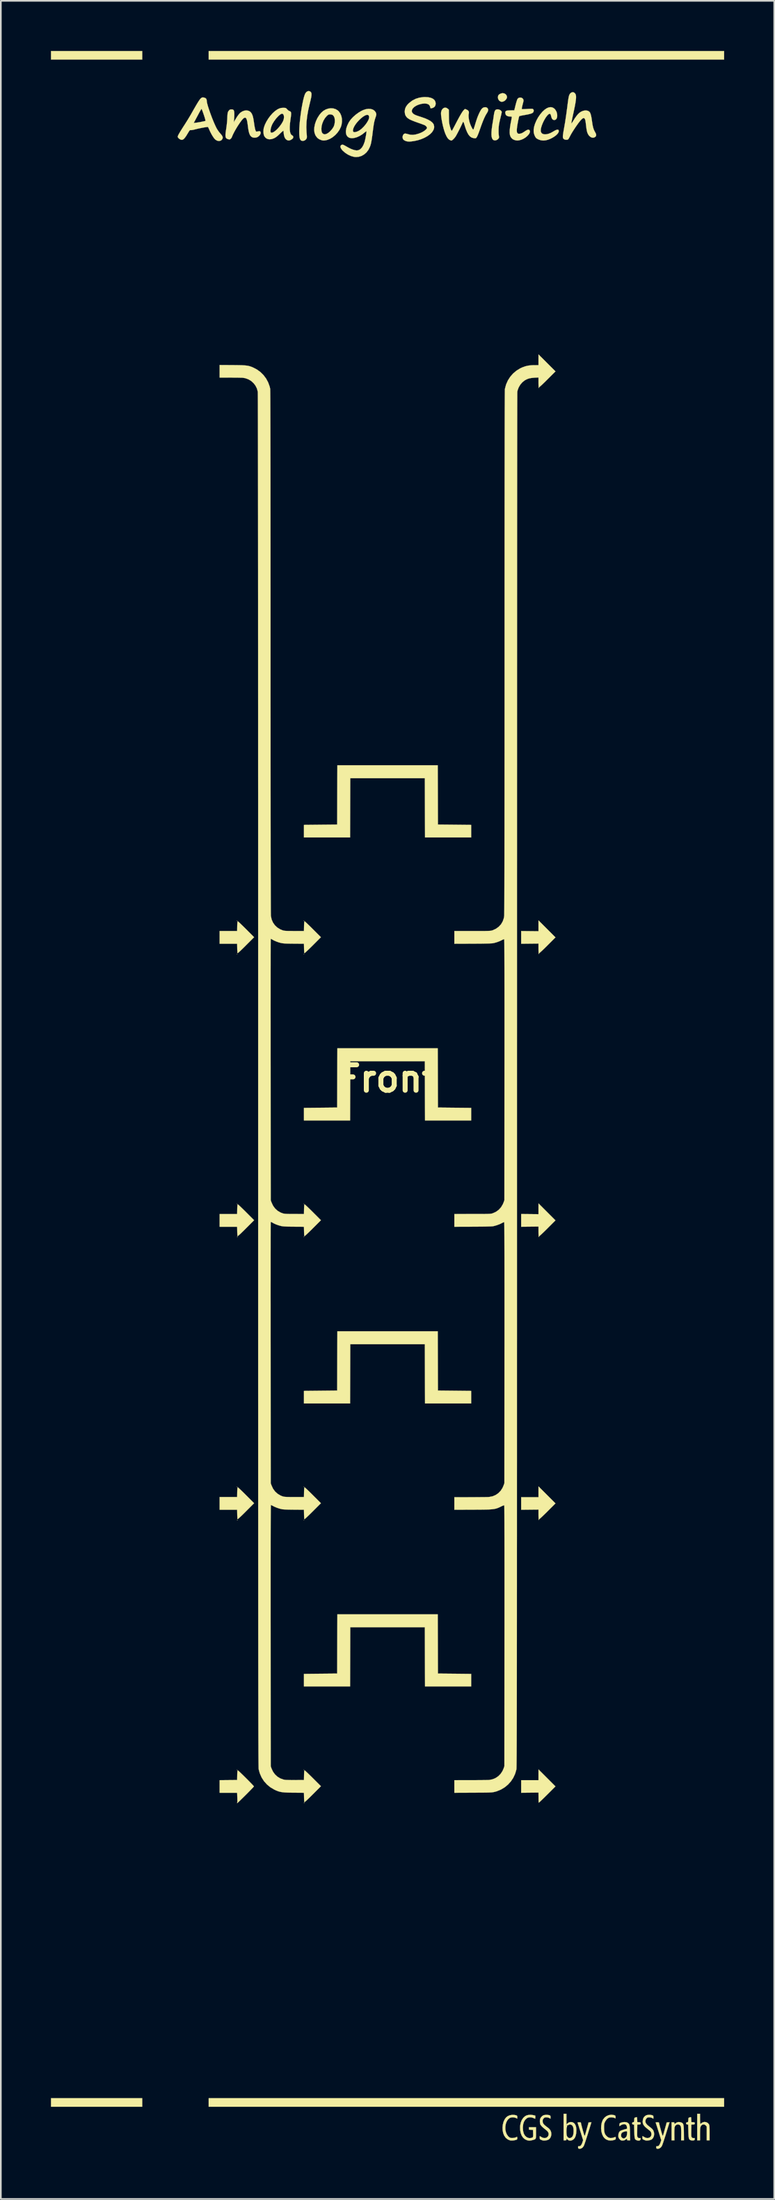
<source format=kicad_pcb>
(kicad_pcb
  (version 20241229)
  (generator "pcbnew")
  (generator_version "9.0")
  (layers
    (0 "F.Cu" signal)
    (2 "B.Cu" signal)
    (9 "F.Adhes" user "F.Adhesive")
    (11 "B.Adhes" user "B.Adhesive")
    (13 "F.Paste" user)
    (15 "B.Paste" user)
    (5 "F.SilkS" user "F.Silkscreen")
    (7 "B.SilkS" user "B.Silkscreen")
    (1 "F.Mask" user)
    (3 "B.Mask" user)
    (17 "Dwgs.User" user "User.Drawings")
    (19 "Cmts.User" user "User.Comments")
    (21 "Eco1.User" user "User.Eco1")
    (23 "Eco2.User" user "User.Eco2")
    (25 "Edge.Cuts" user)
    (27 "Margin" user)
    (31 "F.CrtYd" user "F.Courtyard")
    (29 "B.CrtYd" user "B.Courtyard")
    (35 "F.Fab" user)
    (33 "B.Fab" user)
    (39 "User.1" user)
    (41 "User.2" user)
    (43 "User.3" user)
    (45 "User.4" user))
  (footprint "Front"
    (layer "F.Cu")
    (at 20.156 61.494)
    (property "Reference" "Front" (at 0 0 0) (layer "F.SilkS") (effects (font (size 1.524 1.524) (thickness 0.3))))
    (attr through_hole)
    (fp_poly (pts (xy -14.69 -60.981) (xy -20.151 -60.981) (xy -20.151 -61.489) (xy -14.69 -61.489) (xy -14.69 -60.981)) (stroke (width 0.01) (type solid)) (fill yes) (layer "F.SilkS"))
    (fp_poly (pts (xy -14.69 61.51) (xy -20.151 61.51) (xy -20.151 61.002) (xy -14.69 61.002) (xy -14.69 61.51)) (stroke (width 0.01) (type solid)) (fill yes) (layer "F.SilkS"))
    (fp_poly (pts (xy -8.996 -9.451) (xy -9.006 -9.44) (xy -9.017 -9.451) (xy -9.006 -9.461) (xy -8.996 -9.451)) (stroke (width 0.01) (type solid)) (fill yes) (layer "F.SilkS"))
    (fp_poly (pts (xy -8.996 -7.461) (xy -9.006 -7.451) (xy -9.017 -7.461) (xy -9.006 -7.472) (xy -8.996 -7.461)) (stroke (width 0.01) (type solid)) (fill yes) (layer "F.SilkS"))
    (fp_poly (pts (xy -8.996 7.482) (xy -9.006 7.493) (xy -9.017 7.482) (xy -9.006 7.472) (xy -8.996 7.482)) (stroke (width 0.01) (type solid)) (fill yes) (layer "F.SilkS"))
    (fp_poly (pts (xy -8.996 24.416) (xy -9.006 24.426) (xy -9.017 24.416) (xy -9.006 24.405) (xy -8.996 24.416)) (stroke (width 0.01) (type solid)) (fill yes) (layer "F.SilkS"))
    (fp_poly (pts (xy -8.996 41.349) (xy -9.006 41.36) (xy -9.017 41.349) (xy -9.006 41.339) (xy -8.996 41.349)) (stroke (width 0.01) (type solid)) (fill yes) (layer "F.SilkS"))
    (fp_poly (pts (xy -4.995 -9.451) (xy -5.006 -9.44) (xy -5.016 -9.451) (xy -5.006 -9.461) (xy -4.995 -9.451)) (stroke (width 0.01) (type solid)) (fill yes) (layer "F.SilkS"))
    (fp_poly (pts (xy -4.995 -7.461) (xy -5.006 -7.451) (xy -5.016 -7.461) (xy -5.006 -7.472) (xy -4.995 -7.461)) (stroke (width 0.01) (type solid)) (fill yes) (layer "F.SilkS"))
    (fp_poly (pts (xy -4.995 7.482) (xy -5.006 7.493) (xy -5.016 7.482) (xy -5.006 7.472) (xy -4.995 7.482)) (stroke (width 0.01) (type solid)) (fill yes) (layer "F.SilkS"))
    (fp_poly (pts (xy -4.995 9.472) (xy -5.006 9.483) (xy -5.016 9.472) (xy -5.006 9.461) (xy -4.995 9.472)) (stroke (width 0.01) (type solid)) (fill yes) (layer "F.SilkS"))
    (fp_poly (pts (xy -4.995 24.416) (xy -5.006 24.426) (xy -5.016 24.416) (xy -5.006 24.405) (xy -4.995 24.416)) (stroke (width 0.01) (type solid)) (fill yes) (layer "F.SilkS"))
    (fp_poly (pts (xy -4.995 26.405) (xy -5.006 26.416) (xy -5.016 26.405) (xy -5.006 26.395) (xy -4.995 26.405)) (stroke (width 0.01) (type solid)) (fill yes) (layer "F.SilkS"))
    (fp_poly (pts (xy -4.995 41.349) (xy -5.006 41.36) (xy -5.016 41.349) (xy -5.006 41.339) (xy -4.995 41.349)) (stroke (width 0.01) (type solid)) (fill yes) (layer "F.SilkS"))
    (fp_poly (pts (xy 20.151 -60.981) (xy -10.71 -60.981) (xy -10.71 -61.489) (xy 20.151 -61.489) (xy 20.151 -60.981)) (stroke (width 0.01) (type solid)) (fill yes) (layer "F.SilkS"))
    (fp_poly (pts (xy 20.151 61.51) (xy -10.71 61.51) (xy -10.71 61.002) (xy 20.151 61.002) (xy 20.151 61.51)) (stroke (width 0.01) (type solid)) (fill yes) (layer "F.SilkS"))
    (fp_poly (pts (xy -8.982 9.469) (xy -8.985 9.481) (xy -8.996 9.483) (xy -9.013 9.475) (xy -9.01 9.469) (xy -8.985 9.466) (xy -8.982 9.469)) (stroke (width 0.01) (type solid)) (fill yes) (layer "F.SilkS"))
    (fp_poly (pts (xy -8.982 26.402) (xy -8.985 26.414) (xy -8.996 26.416) (xy -9.013 26.408) (xy -9.01 26.402) (xy -8.985 26.399) (xy -8.982 26.402)) (stroke (width 0.01) (type solid)) (fill yes) (layer "F.SilkS"))
    (fp_poly (pts (xy -4.981 43.335) (xy -4.984 43.348) (xy -4.995 43.349) (xy -5.013 43.342) (xy -5.009 43.335) (xy -4.984 43.333) (xy -4.981 43.335)) (stroke (width 0.01) (type solid)) (fill yes) (layer "F.SilkS"))
    (fp_poly (pts (xy 3.011 16.886) (xy 3.016 18.658) (xy 4.011 18.669) (xy 5.006 18.68) (xy 5.006 19.431) (xy 2.244 19.431) (xy 2.238 17.658) (xy 2.233 15.886) (xy -2.233 15.886) (xy -2.238 17.658) (xy -2.244 19.431) (xy -5.006 19.431) (xy -5.006 18.68) (xy -3.016 18.658) (xy -3.011 16.886) (xy -3.005 15.113) (xy 3.005 15.113) (xy 3.011 16.886)) (stroke (width 0.01) (type solid)) (fill yes) (layer "F.SilkS"))
    (fp_poly (pts (xy 3.011 -16.981) (xy 3.016 -15.208) (xy 4.011 -15.198) (xy 5.006 -15.187) (xy 5.006 -14.436) (xy 2.244 -14.436) (xy 2.238 -16.208) (xy 2.233 -17.981) (xy -2.233 -17.981) (xy -2.238 -16.208) (xy -2.244 -14.436) (xy -5.006 -14.436) (xy -5.006 -15.187) (xy -4.011 -15.198) (xy -3.016 -15.208) (xy -3.011 -16.981) (xy -3.005 -18.754) (xy 3.005 -18.754) (xy 3.011 -16.981)) (stroke (width 0.01) (type solid)) (fill yes) (layer "F.SilkS"))
    (fp_poly (pts (xy 3.011 33.819) (xy 3.016 35.592) (xy 4.011 35.602) (xy 5.006 35.613) (xy 5.006 36.364) (xy 2.244 36.364) (xy 2.238 34.592) (xy 2.233 32.819) (xy -2.233 32.819) (xy -2.238 34.592) (xy -2.244 36.364) (xy -5.006 36.364) (xy -5.006 35.613) (xy -4.011 35.602) (xy -3.016 35.592) (xy -3.011 33.819) (xy -3.005 32.046) (xy 3.005 32.046) (xy 3.011 33.819)) (stroke (width 0.01) (type solid)) (fill yes) (layer "F.SilkS"))
    (fp_poly (pts (xy 3.011 -0.048) (xy 3.016 1.725) (xy 4.011 1.736) (xy 5.006 1.746) (xy 5.006 2.498) (xy 3.625 2.498) (xy 2.244 2.498) (xy 2.238 0.725) (xy 2.233 -1.048) (xy -2.233 -1.048) (xy -2.238 0.725) (xy -2.244 2.498) (xy -3.625 2.498) (xy -5.006 2.498) (xy -5.006 1.746) (xy -4.011 1.736) (xy -3.016 1.725) (xy -3.011 -0.048) (xy -3.005 -1.82) (xy 3.005 -1.82) (xy 3.011 -0.048)) (stroke (width 0.01) (type solid)) (fill yes) (layer "F.SilkS"))
    (fp_poly (pts (xy 6.995 -58.952) (xy 7.075 -58.902) (xy 7.13 -58.829) (xy 7.154 -58.741) (xy 7.154 -58.731) (xy 7.138 -58.667) (xy 7.095 -58.596) (xy 7.037 -58.532) (xy 6.996 -58.502) (xy 6.902 -58.461) (xy 6.821 -58.454) (xy 6.758 -58.472) (xy 6.681 -58.528) (xy 6.629 -58.608) (xy 6.607 -58.702) (xy 6.618 -58.799) (xy 6.635 -58.842) (xy 6.682 -58.894) (xy 6.756 -58.937) (xy 6.843 -58.964) (xy 6.902 -58.97) (xy 6.995 -58.952)) (stroke (width 0.01) (type solid)) (fill yes) (layer "F.SilkS"))
    (fp_poly (pts (xy 9.546 24.903) (xy 10.054 25.41) (xy 9.574 25.891) (xy 9.457 26.007) (xy 9.349 26.112) (xy 9.253 26.203) (xy 9.175 26.277) (xy 9.116 26.328) (xy 9.081 26.356) (xy 9.073 26.359) (xy 9.063 26.36) (xy 9.067 26.369) (xy 9.067 26.398) (xy 9.06 26.405) (xy 9.05 26.391) (xy 9.044 26.335) (xy 9.04 26.237) (xy 9.038 26.099) (xy 9.038 25.78) (xy 8.52 25.786) (xy 8.001 25.792) (xy 8.001 25.04) (xy 9.038 25.04) (xy 9.038 24.395) (xy 9.546 24.903)) (stroke (width 0.01) (type solid)) (fill yes) (layer "F.SilkS"))
    (fp_poly (pts (xy 9.546 41.836) (xy 10.054 42.344) (xy 9.574 42.824) (xy 9.457 42.94) (xy 9.349 43.046) (xy 9.255 43.137) (xy 9.177 43.211) (xy 9.119 43.264) (xy 9.085 43.291) (xy 9.078 43.295) (xy 9.061 43.304) (xy 9.053 43.323) (xy 9.049 43.316) (xy 9.046 43.273) (xy 9.043 43.2) (xy 9.041 43.103) (xy 9.041 43.036) (xy 9.038 42.713) (xy 8.52 42.719) (xy 8.001 42.725) (xy 8.001 42.349) (xy 8.001 41.974) (xy 9.038 41.974) (xy 9.038 41.328) (xy 9.546 41.836)) (stroke (width 0.01) (type solid)) (fill yes) (layer "F.SilkS"))
    (fp_poly (pts (xy 9.546 -8.964) (xy 10.054 -8.456) (xy 9.574 -7.976) (xy 9.457 -7.86) (xy 9.349 -7.754) (xy 9.253 -7.663) (xy 9.175 -7.59) (xy 9.116 -7.538) (xy 9.081 -7.511) (xy 9.073 -7.508) (xy 9.063 -7.507) (xy 9.067 -7.498) (xy 9.067 -7.468) (xy 9.06 -7.461) (xy 9.05 -7.476) (xy 9.044 -7.532) (xy 9.04 -7.629) (xy 9.038 -7.767) (xy 9.038 -8.087) (xy 8.52 -8.081) (xy 8.001 -8.075) (xy 8.001 -8.837) (xy 8.52 -8.831) (xy 9.038 -8.825) (xy 9.038 -9.472) (xy 9.546 -8.964)) (stroke (width 0.01) (type solid)) (fill yes) (layer "F.SilkS"))
    (fp_poly (pts (xy 9.546 7.969) (xy 10.054 8.477) (xy 9.574 8.957) (xy 9.457 9.074) (xy 9.349 9.179) (xy 9.253 9.27) (xy 9.175 9.343) (xy 9.116 9.395) (xy 9.081 9.422) (xy 9.073 9.425) (xy 9.063 9.427) (xy 9.067 9.436) (xy 9.067 9.465) (xy 9.06 9.472) (xy 9.05 9.457) (xy 9.044 9.401) (xy 9.04 9.304) (xy 9.038 9.166) (xy 9.038 8.846) (xy 8.52 8.852) (xy 8.001 8.858) (xy 8.001 8.096) (xy 8.52 8.102) (xy 9.038 8.108) (xy 9.038 7.462) (xy 9.546 7.969)) (stroke (width 0.01) (type solid)) (fill yes) (layer "F.SilkS"))
    (fp_poly (pts (xy -8.948 -9.405) (xy -8.901 -9.364) (xy -8.832 -9.3) (xy -8.745 -9.216) (xy -8.643 -9.117) (xy -8.53 -9.006) (xy -8.467 -8.943) (xy -7.991 -8.467) (xy -8.482 -7.976) (xy -8.635 -7.823) (xy -8.76 -7.702) (xy -8.857 -7.61) (xy -8.927 -7.549) (xy -8.969 -7.518) (xy -8.984 -7.515) (xy -8.989 -7.547) (xy -8.993 -7.612) (xy -8.998 -7.701) (xy -9.001 -7.805) (xy -9.001 -7.811) (xy -9.006 -8.075) (xy -10.054 -8.075) (xy -10.054 -8.837) (xy -9.006 -8.837) (xy -9.001 -9.128) (xy -8.997 -9.254) (xy -8.991 -9.341) (xy -8.984 -9.394) (xy -8.973 -9.417) (xy -8.969 -9.419) (xy -8.948 -9.405)) (stroke (width 0.01) (type solid)) (fill yes) (layer "F.SilkS"))
    (fp_poly (pts (xy -8.948 7.529) (xy -8.901 7.57) (xy -8.832 7.634) (xy -8.745 7.717) (xy -8.643 7.816) (xy -8.53 7.927) (xy -8.467 7.99) (xy -7.991 8.467) (xy -8.482 8.958) (xy -8.635 9.11) (xy -8.76 9.232) (xy -8.857 9.323) (xy -8.927 9.384) (xy -8.969 9.415) (xy -8.984 9.418) (xy -8.989 9.386) (xy -8.993 9.321) (xy -8.998 9.232) (xy -9.001 9.129) (xy -9.001 9.123) (xy -9.006 8.858) (xy -10.054 8.858) (xy -10.054 8.096) (xy -9.006 8.096) (xy -9.001 7.805) (xy -8.997 7.68) (xy -8.991 7.592) (xy -8.984 7.539) (xy -8.973 7.516) (xy -8.969 7.514) (xy -8.948 7.529)) (stroke (width 0.01) (type solid)) (fill yes) (layer "F.SilkS"))
    (fp_poly (pts (xy -8.948 24.462) (xy -8.901 24.503) (xy -8.832 24.567) (xy -8.745 24.65) (xy -8.643 24.749) (xy -8.53 24.861) (xy -8.467 24.924) (xy -7.991 25.4) (xy -8.482 25.891) (xy -8.635 26.044) (xy -8.76 26.165) (xy -8.857 26.256) (xy -8.927 26.317) (xy -8.969 26.349) (xy -8.984 26.351) (xy -8.989 26.319) (xy -8.993 26.254) (xy -8.998 26.165) (xy -9.001 26.062) (xy -9.001 26.056) (xy -9.006 25.792) (xy -10.054 25.792) (xy -10.054 25.03) (xy -9.006 25.03) (xy -9.001 24.739) (xy -8.997 24.613) (xy -8.991 24.526) (xy -8.984 24.472) (xy -8.973 24.449) (xy -8.969 24.448) (xy -8.948 24.462)) (stroke (width 0.01) (type solid)) (fill yes) (layer "F.SilkS"))
    (fp_poly (pts (xy -8.948 41.395) (xy -8.902 41.436) (xy -8.835 41.498) (xy -8.753 41.577) (xy -8.658 41.669) (xy -8.556 41.769) (xy -8.451 41.873) (xy -8.347 41.977) (xy -8.25 42.076) (xy -8.162 42.166) (xy -8.09 42.242) (xy -8.036 42.3) (xy -8.006 42.336) (xy -8.001 42.344) (xy -8.015 42.364) (xy -8.056 42.41) (xy -8.118 42.476) (xy -8.198 42.558) (xy -8.291 42.653) (xy -8.392 42.756) (xy -8.498 42.862) (xy -8.605 42.968) (xy -8.707 43.068) (xy -8.801 43.16) (xy -8.882 43.238) (xy -8.947 43.298) (xy -8.99 43.336) (xy -9.007 43.348) (xy -9.015 43.342) (xy -9.006 43.337) (xy -8.998 43.312) (xy -8.993 43.248) (xy -8.993 43.148) (xy -8.996 43.027) (xy -9.006 42.725) (xy -10.054 42.725) (xy -10.054 42.35) (xy -10.054 41.974) (xy -9.006 41.963) (xy -9.001 41.672) (xy -8.997 41.546) (xy -8.991 41.459) (xy -8.984 41.406) (xy -8.973 41.383) (xy -8.969 41.381) (xy -8.948 41.395)) (stroke (width 0.01) (type solid)) (fill yes) (layer "F.SilkS"))
    (fp_poly (pts (xy 6.674 -57.989) (xy 6.749 -57.955) (xy 6.806 -57.908) (xy 6.835 -57.852) (xy 6.837 -57.836) (xy 6.832 -57.804) (xy 6.818 -57.741) (xy 6.798 -57.653) (xy 6.773 -57.549) (xy 6.765 -57.514) (xy 6.735 -57.393) (xy 6.708 -57.271) (xy 6.685 -57.162) (xy 6.67 -57.079) (xy 6.669 -57.072) (xy 6.657 -56.96) (xy 6.65 -56.828) (xy 6.648 -56.691) (xy 6.651 -56.562) (xy 6.66 -56.454) (xy 6.667 -56.409) (xy 6.676 -56.336) (xy 6.665 -56.286) (xy 6.655 -56.267) (xy 6.592 -56.2) (xy 6.512 -56.157) (xy 6.427 -56.142) (xy 6.35 -56.16) (xy 6.296 -56.203) (xy 6.257 -56.272) (xy 6.232 -56.368) (xy 6.221 -56.494) (xy 6.225 -56.651) (xy 6.242 -56.843) (xy 6.273 -57.071) (xy 6.308 -57.277) (xy 6.32 -57.349) (xy 6.335 -57.447) (xy 6.351 -57.556) (xy 6.36 -57.622) (xy 6.382 -57.756) (xy 6.405 -57.853) (xy 6.432 -57.92) (xy 6.466 -57.964) (xy 6.51 -57.99) (xy 6.517 -57.993) (xy 6.593 -58.003) (xy 6.674 -57.989)) (stroke (width 0.01) (type solid)) (fill yes) (layer "F.SilkS"))
    (fp_poly (pts (xy 18.711 62.229) (xy 18.713 62.366) (xy 18.719 62.463) (xy 18.729 62.521) (xy 18.743 62.542) (xy 18.763 62.528) (xy 18.768 62.519) (xy 18.809 62.481) (xy 18.875 62.447) (xy 18.949 62.425) (xy 18.991 62.421) (xy 19.089 62.438) (xy 19.176 62.486) (xy 19.239 62.557) (xy 19.246 62.569) (xy 19.259 62.6) (xy 19.268 62.638) (xy 19.275 62.691) (xy 19.279 62.764) (xy 19.282 62.863) (xy 19.283 62.995) (xy 19.283 63.082) (xy 19.283 63.521) (xy 19.113 63.521) (xy 19.113 62.699) (xy 19.059 62.634) (xy 18.993 62.582) (xy 18.918 62.568) (xy 18.845 62.588) (xy 18.781 62.642) (xy 18.741 62.708) (xy 18.729 62.753) (xy 18.72 62.822) (xy 18.714 62.92) (xy 18.712 63.053) (xy 18.711 63.15) (xy 18.711 63.521) (xy 18.542 63.521) (xy 18.542 62.622) (xy 18.733 62.622) (xy 18.743 62.632) (xy 18.754 62.622) (xy 18.743 62.611) (xy 18.733 62.622) (xy 18.542 62.622) (xy 18.542 61.934) (xy 18.711 61.934) (xy 18.711 62.229)) (stroke (width 0.01) (type solid)) (fill yes) (layer "F.SilkS"))
    (fp_poly (pts (xy -4.639 -59.074) (xy -4.603 -59.045) (xy -4.575 -59.009) (xy -4.558 -58.961) (xy -4.553 -58.898) (xy -4.558 -58.814) (xy -4.576 -58.706) (xy -4.606 -58.567) (xy -4.648 -58.394) (xy -4.657 -58.357) (xy -4.748 -57.966) (xy -4.812 -57.603) (xy -4.851 -57.263) (xy -4.863 -56.941) (xy -4.851 -56.633) (xy -4.848 -56.597) (xy -4.838 -56.479) (xy -4.832 -56.394) (xy -4.832 -56.336) (xy -4.837 -56.294) (xy -4.847 -56.261) (xy -4.856 -56.243) (xy -4.911 -56.176) (xy -4.987 -56.131) (xy -5.072 -56.113) (xy -5.152 -56.127) (xy -5.17 -56.136) (xy -5.213 -56.174) (xy -5.246 -56.235) (xy -5.268 -56.323) (xy -5.282 -56.445) (xy -5.287 -56.536) (xy -5.289 -56.694) (xy -5.282 -56.878) (xy -5.269 -57.081) (xy -5.249 -57.298) (xy -5.223 -57.523) (xy -5.194 -57.752) (xy -5.16 -57.977) (xy -5.123 -58.194) (xy -5.084 -58.396) (xy -5.044 -58.58) (xy -5.004 -58.737) (xy -4.964 -58.864) (xy -4.925 -58.955) (xy -4.924 -58.957) (xy -4.864 -59.035) (xy -4.791 -59.082) (xy -4.713 -59.096) (xy -4.639 -59.074)) (stroke (width 0.01) (type solid)) (fill yes) (layer "F.SilkS"))
    (fp_poly (pts (xy 17.555 62.442) (xy 17.587 62.454) (xy 17.633 62.475) (xy 17.668 62.501) (xy 17.695 62.537) (xy 17.714 62.588) (xy 17.727 62.66) (xy 17.736 62.758) (xy 17.74 62.887) (xy 17.743 63.053) (xy 17.743 63.076) (xy 17.748 63.521) (xy 17.664 63.521) (xy 17.579 63.521) (xy 17.583 63.153) (xy 17.584 63.027) (xy 17.581 62.91) (xy 17.577 62.811) (xy 17.572 62.74) (xy 17.567 62.71) (xy 17.528 62.633) (xy 17.469 62.587) (xy 17.398 62.569) (xy 17.325 62.58) (xy 17.258 62.619) (xy 17.207 62.685) (xy 17.189 62.731) (xy 17.182 62.778) (xy 17.177 62.857) (xy 17.173 62.962) (xy 17.172 63.081) (xy 17.172 63.164) (xy 17.177 63.521) (xy 17.092 63.521) (xy 17.007 63.521) (xy 17.007 62.622) (xy 17.187 62.622) (xy 17.198 62.632) (xy 17.209 62.622) (xy 17.198 62.611) (xy 17.187 62.622) (xy 17.007 62.622) (xy 17.007 62.442) (xy 17.097 62.442) (xy 17.153 62.445) (xy 17.175 62.457) (xy 17.174 62.472) (xy 17.169 62.516) (xy 17.191 62.532) (xy 17.229 62.515) (xy 17.237 62.508) (xy 17.332 62.446) (xy 17.438 62.424) (xy 17.555 62.442)) (stroke (width 0.01) (type solid)) (fill yes) (layer "F.SilkS"))
    (fp_poly (pts (xy 7.595 62.001) (xy 7.681 62.02) (xy 7.736 62.039) (xy 7.761 62.063) (xy 7.768 62.106) (xy 7.768 62.136) (xy 7.768 62.225) (xy 7.69 62.185) (xy 7.591 62.153) (xy 7.481 62.145) (xy 7.377 62.16) (xy 7.3 62.194) (xy 7.203 62.283) (xy 7.128 62.405) (xy 7.077 62.551) (xy 7.053 62.718) (xy 7.055 62.871) (xy 7.084 63.023) (xy 7.139 63.16) (xy 7.217 63.272) (xy 7.267 63.319) (xy 7.32 63.356) (xy 7.368 63.375) (xy 7.431 63.382) (xy 7.479 63.382) (xy 7.574 63.374) (xy 7.654 63.355) (xy 7.677 63.345) (xy 7.732 63.318) (xy 7.758 63.316) (xy 7.767 63.344) (xy 7.768 63.391) (xy 7.765 63.443) (xy 7.747 63.472) (xy 7.704 63.491) (xy 7.683 63.498) (xy 7.575 63.522) (xy 7.465 63.533) (xy 7.369 63.53) (xy 7.334 63.524) (xy 7.204 63.471) (xy 7.091 63.383) (xy 7.065 63.356) (xy 6.982 63.234) (xy 6.924 63.087) (xy 6.892 62.923) (xy 6.885 62.751) (xy 6.903 62.578) (xy 6.946 62.413) (xy 7.014 62.265) (xy 7.088 62.163) (xy 7.187 62.08) (xy 7.311 62.024) (xy 7.45 61.997) (xy 7.595 62.001)) (stroke (width 0.01) (type solid)) (fill yes) (layer "F.SilkS"))
    (fp_poly (pts (xy 13.539 62.007) (xy 13.58 62.019) (xy 13.628 62.039) (xy 13.648 62.068) (xy 13.652 62.121) (xy 13.652 62.125) (xy 13.652 62.207) (xy 13.579 62.176) (xy 13.495 62.154) (xy 13.397 62.146) (xy 13.304 62.154) (xy 13.233 62.175) (xy 13.139 62.246) (xy 13.056 62.352) (xy 13.013 62.431) (xy 12.991 62.484) (xy 12.977 62.537) (xy 12.969 62.601) (xy 12.966 62.688) (xy 12.965 62.78) (xy 12.971 62.929) (xy 12.988 63.046) (xy 13.02 63.14) (xy 13.071 63.219) (xy 13.143 63.295) (xy 13.145 63.297) (xy 13.236 63.358) (xy 13.339 63.385) (xy 13.458 63.378) (xy 13.597 63.336) (xy 13.631 63.322) (xy 13.653 63.322) (xy 13.662 63.352) (xy 13.663 63.389) (xy 13.659 63.443) (xy 13.637 63.474) (xy 13.59 63.495) (xy 13.471 63.524) (xy 13.341 63.532) (xy 13.222 63.518) (xy 13.207 63.515) (xy 13.085 63.465) (xy 12.988 63.388) (xy 12.915 63.294) (xy 12.848 63.154) (xy 12.805 62.99) (xy 12.787 62.814) (xy 12.794 62.635) (xy 12.826 62.464) (xy 12.884 62.313) (xy 12.902 62.28) (xy 12.995 62.16) (xy 13.112 62.07) (xy 13.247 62.013) (xy 13.392 61.991) (xy 13.539 62.007)) (stroke (width 0.01) (type solid)) (fill yes) (layer "F.SilkS"))
    (fp_poly (pts (xy 12.003 63.102) (xy 11.951 63.266) (xy 11.901 63.421) (xy 11.855 63.562) (xy 11.815 63.682) (xy 11.782 63.775) (xy 11.758 63.837) (xy 11.75 63.855) (xy 11.689 63.941) (xy 11.611 64) (xy 11.526 64.027) (xy 11.442 64.018) (xy 11.435 64.015) (xy 11.417 63.989) (xy 11.409 63.939) (xy 11.409 63.935) (xy 11.412 63.888) (xy 11.429 63.873) (xy 11.463 63.876) (xy 11.526 63.868) (xy 11.584 63.818) (xy 11.635 63.729) (xy 11.665 63.65) (xy 11.71 63.511) (xy 11.549 62.995) (xy 11.504 62.854) (xy 11.464 62.726) (xy 11.429 62.618) (xy 11.401 62.533) (xy 11.383 62.479) (xy 11.376 62.461) (xy 11.388 62.45) (xy 11.431 62.443) (xy 11.471 62.442) (xy 11.539 62.445) (xy 11.572 62.458) (xy 11.578 62.472) (xy 11.584 62.507) (xy 11.599 62.573) (xy 11.621 62.662) (xy 11.648 62.765) (xy 11.678 62.875) (xy 11.708 62.982) (xy 11.737 63.08) (xy 11.761 63.16) (xy 11.779 63.213) (xy 11.788 63.231) (xy 11.796 63.24) (xy 11.803 63.243) (xy 11.811 63.237) (xy 11.821 63.215) (xy 11.835 63.174) (xy 11.854 63.109) (xy 11.881 63.015) (xy 11.916 62.886) (xy 11.934 62.823) (xy 12.037 62.452) (xy 12.208 62.439) (xy 12.003 63.102)) (stroke (width 0.01) (type solid)) (fill yes) (layer "F.SilkS"))
    (fp_poly (pts (xy 16.68 63.102) (xy 16.629 63.266) (xy 16.579 63.421) (xy 16.533 63.562) (xy 16.493 63.682) (xy 16.46 63.775) (xy 16.436 63.837) (xy 16.428 63.855) (xy 16.367 63.941) (xy 16.289 64) (xy 16.204 64.027) (xy 16.12 64.018) (xy 16.113 64.015) (xy 16.095 63.989) (xy 16.087 63.939) (xy 16.087 63.935) (xy 16.09 63.888) (xy 16.107 63.873) (xy 16.141 63.876) (xy 16.204 63.868) (xy 16.262 63.818) (xy 16.313 63.729) (xy 16.343 63.65) (xy 16.388 63.511) (xy 16.227 62.995) (xy 16.182 62.854) (xy 16.142 62.726) (xy 16.107 62.618) (xy 16.079 62.533) (xy 16.061 62.479) (xy 16.053 62.461) (xy 16.066 62.45) (xy 16.109 62.443) (xy 16.149 62.442) (xy 16.217 62.445) (xy 16.25 62.458) (xy 16.256 62.472) (xy 16.261 62.507) (xy 16.276 62.573) (xy 16.299 62.662) (xy 16.326 62.765) (xy 16.356 62.875) (xy 16.386 62.982) (xy 16.414 63.08) (xy 16.439 63.16) (xy 16.457 63.213) (xy 16.466 63.231) (xy 16.474 63.24) (xy 16.481 63.243) (xy 16.489 63.237) (xy 16.499 63.215) (xy 16.512 63.174) (xy 16.532 63.109) (xy 16.558 63.015) (xy 16.594 62.886) (xy 16.612 62.823) (xy 16.715 62.452) (xy 16.8 62.446) (xy 16.886 62.439) (xy 16.68 63.102)) (stroke (width 0.01) (type solid)) (fill yes) (layer "F.SilkS"))
    (fp_poly (pts (xy 14.937 62.153) (xy 14.944 62.202) (xy 14.948 62.276) (xy 14.954 62.431) (xy 15.055 62.438) (xy 15.116 62.443) (xy 15.145 62.455) (xy 15.155 62.481) (xy 15.155 62.505) (xy 15.152 62.542) (xy 15.136 62.561) (xy 15.094 62.57) (xy 15.055 62.573) (xy 14.954 62.579) (xy 14.948 62.944) (xy 14.947 63.077) (xy 14.946 63.174) (xy 14.948 63.242) (xy 14.953 63.287) (xy 14.961 63.317) (xy 14.974 63.338) (xy 14.988 63.354) (xy 15.039 63.387) (xy 15.094 63.386) (xy 15.137 63.382) (xy 15.153 63.4) (xy 15.155 63.438) (xy 15.138 63.495) (xy 15.091 63.53) (xy 15.021 63.54) (xy 14.936 63.522) (xy 14.908 63.511) (xy 14.869 63.492) (xy 14.839 63.467) (xy 14.816 63.431) (xy 14.8 63.379) (xy 14.789 63.305) (xy 14.782 63.203) (xy 14.777 63.068) (xy 14.774 62.981) (xy 14.764 62.579) (xy 14.706 62.573) (xy 14.663 62.56) (xy 14.648 62.527) (xy 14.647 62.505) (xy 14.655 62.46) (xy 14.685 62.441) (xy 14.706 62.438) (xy 14.738 62.431) (xy 14.756 62.415) (xy 14.765 62.378) (xy 14.77 62.31) (xy 14.77 62.301) (xy 14.775 62.228) (xy 14.785 62.187) (xy 14.803 62.167) (xy 14.826 62.158) (xy 14.88 62.143) (xy 14.909 62.133) (xy 14.926 62.133) (xy 14.937 62.153)) (stroke (width 0.01) (type solid)) (fill yes) (layer "F.SilkS"))
    (fp_poly (pts (xy 18.176 62.153) (xy 18.182 62.202) (xy 18.186 62.276) (xy 18.193 62.431) (xy 18.293 62.438) (xy 18.354 62.443) (xy 18.384 62.455) (xy 18.393 62.481) (xy 18.394 62.505) (xy 18.391 62.542) (xy 18.374 62.561) (xy 18.332 62.57) (xy 18.293 62.573) (xy 18.193 62.579) (xy 18.187 62.944) (xy 18.185 63.077) (xy 18.185 63.174) (xy 18.187 63.242) (xy 18.192 63.287) (xy 18.2 63.317) (xy 18.212 63.338) (xy 18.226 63.354) (xy 18.277 63.387) (xy 18.333 63.386) (xy 18.376 63.382) (xy 18.392 63.4) (xy 18.394 63.436) (xy 18.389 63.483) (xy 18.378 63.507) (xy 18.32 63.526) (xy 18.243 63.531) (xy 18.17 63.52) (xy 18.147 63.512) (xy 18.107 63.492) (xy 18.077 63.467) (xy 18.055 63.431) (xy 18.039 63.379) (xy 18.028 63.305) (xy 18.021 63.203) (xy 18.015 63.068) (xy 18.013 62.981) (xy 18.002 62.579) (xy 17.939 62.569) (xy 17.892 62.553) (xy 17.876 62.521) (xy 17.875 62.505) (xy 17.884 62.465) (xy 17.919 62.446) (xy 17.939 62.442) (xy 17.974 62.434) (xy 17.993 62.417) (xy 18.003 62.381) (xy 18.008 62.315) (xy 18.008 62.301) (xy 18.014 62.228) (xy 18.023 62.187) (xy 18.041 62.167) (xy 18.065 62.158) (xy 18.118 62.143) (xy 18.147 62.133) (xy 18.165 62.133) (xy 18.176 62.153)) (stroke (width 0.01) (type solid)) (fill yes) (layer "F.SilkS"))
    (fp_poly (pts (xy 8.683 62.006) (xy 8.747 62.019) (xy 8.848 62.045) (xy 8.848 62.137) (xy 8.845 62.193) (xy 8.839 62.226) (xy 8.836 62.23) (xy 8.812 62.221) (xy 8.765 62.199) (xy 8.742 62.188) (xy 8.641 62.154) (xy 8.532 62.144) (xy 8.428 62.157) (xy 8.344 62.195) (xy 8.342 62.197) (xy 8.239 62.294) (xy 8.166 62.415) (xy 8.121 62.561) (xy 8.104 62.738) (xy 8.103 62.776) (xy 8.117 62.962) (xy 8.157 63.115) (xy 8.224 63.236) (xy 8.317 63.323) (xy 8.377 63.357) (xy 8.467 63.386) (xy 8.551 63.386) (xy 8.557 63.385) (xy 8.628 63.372) (xy 8.675 63.355) (xy 8.702 63.327) (xy 8.715 63.278) (xy 8.718 63.201) (xy 8.716 63.113) (xy 8.71 62.897) (xy 8.588 62.89) (xy 8.467 62.884) (xy 8.467 62.738) (xy 8.89 62.738) (xy 8.89 63.076) (xy 8.89 63.21) (xy 8.887 63.309) (xy 8.879 63.378) (xy 8.861 63.425) (xy 8.83 63.456) (xy 8.783 63.478) (xy 8.717 63.497) (xy 8.669 63.51) (xy 8.568 63.532) (xy 8.49 63.539) (xy 8.415 63.53) (xy 8.34 63.51) (xy 8.214 63.45) (xy 8.11 63.355) (xy 8.029 63.231) (xy 7.972 63.079) (xy 7.94 62.904) (xy 7.936 62.709) (xy 7.942 62.634) (xy 7.976 62.462) (xy 8.037 62.309) (xy 8.124 62.18) (xy 8.231 62.081) (xy 8.313 62.035) (xy 8.42 62.005) (xy 8.548 61.995) (xy 8.683 62.006)) (stroke (width 0.01) (type solid)) (fill yes) (layer "F.SilkS"))
    (fp_poly (pts (xy 10.71 62.572) (xy 10.775 62.508) (xy 10.859 62.45) (xy 10.956 62.426) (xy 11.055 62.434) (xy 11.145 62.475) (xy 11.205 62.532) (xy 11.255 62.617) (xy 11.287 62.714) (xy 11.303 62.834) (xy 11.306 62.94) (xy 11.294 63.116) (xy 11.26 63.265) (xy 11.205 63.383) (xy 11.13 63.469) (xy 11.038 63.519) (xy 11.031 63.521) (xy 10.974 63.535) (xy 10.933 63.538) (xy 10.883 63.531) (xy 10.865 63.528) (xy 10.819 63.507) (xy 10.769 63.468) (xy 10.765 63.464) (xy 10.71 63.41) (xy 10.71 63.465) (xy 10.706 63.501) (xy 10.686 63.517) (xy 10.637 63.521) (xy 10.626 63.521) (xy 10.541 63.521) (xy 10.541 62.953) (xy 10.71 62.953) (xy 10.711 63.058) (xy 10.718 63.154) (xy 10.73 63.231) (xy 10.742 63.267) (xy 10.799 63.345) (xy 10.868 63.385) (xy 10.943 63.385) (xy 11.02 63.344) (xy 11.025 63.341) (xy 11.078 63.281) (xy 11.113 63.204) (xy 11.133 63.101) (xy 11.14 62.965) (xy 11.14 62.95) (xy 11.133 62.818) (xy 11.112 62.72) (xy 11.073 62.648) (xy 11.023 62.602) (xy 10.959 62.574) (xy 10.893 62.572) (xy 10.842 62.596) (xy 10.836 62.602) (xy 10.791 62.625) (xy 10.754 62.623) (xy 10.719 62.617) (xy 10.719 62.626) (xy 10.733 62.637) (xy 10.754 62.663) (xy 10.747 62.697) (xy 10.738 62.717) (xy 10.723 62.77) (xy 10.714 62.853) (xy 10.71 62.953) (xy 10.541 62.953) (xy 10.541 61.934) (xy 10.71 61.934) (xy 10.71 62.572)) (stroke (width 0.01) (type solid)) (fill yes) (layer "F.SilkS"))
    (fp_poly (pts (xy -3.249 -58.056) (xy -3.108 -58.013) (xy -2.982 -57.937) (xy -2.928 -57.887) (xy -2.832 -57.758) (xy -2.767 -57.604) (xy -2.732 -57.433) (xy -2.729 -57.252) (xy -2.758 -57.068) (xy -2.793 -56.956) (xy -2.876 -56.783) (xy -2.988 -56.62) (xy -3.124 -56.471) (xy -3.276 -56.343) (xy -3.438 -56.242) (xy -3.603 -56.174) (xy -3.681 -56.155) (xy -3.773 -56.14) (xy -3.842 -56.137) (xy -3.905 -56.146) (xy -3.972 -56.164) (xy -4.102 -56.218) (xy -4.203 -56.294) (xy -4.287 -56.399) (xy -4.326 -56.468) (xy -4.374 -56.605) (xy -4.393 -56.763) (xy -4.387 -56.861) (xy -3.962 -56.861) (xy -3.959 -56.738) (xy -3.941 -56.648) (xy -3.908 -56.584) (xy -3.888 -56.563) (xy -3.826 -56.519) (xy -3.761 -56.505) (xy -3.686 -56.521) (xy -3.59 -56.567) (xy -3.587 -56.568) (xy -3.496 -56.634) (xy -3.401 -56.726) (xy -3.312 -56.831) (xy -3.242 -56.937) (xy -3.222 -56.975) (xy -3.18 -57.098) (xy -3.158 -57.235) (xy -3.156 -57.371) (xy -3.175 -57.492) (xy -3.185 -57.522) (xy -3.235 -57.616) (xy -3.301 -57.673) (xy -3.39 -57.698) (xy -3.433 -57.7) (xy -3.493 -57.697) (xy -3.539 -57.684) (xy -3.585 -57.653) (xy -3.639 -57.604) (xy -3.744 -57.483) (xy -3.834 -57.332) (xy -3.904 -57.166) (xy -3.949 -56.995) (xy -3.962 -56.861) (xy -4.387 -56.861) (xy -4.382 -56.936) (xy -4.345 -57.119) (xy -4.283 -57.304) (xy -4.197 -57.485) (xy -4.089 -57.656) (xy -3.981 -57.79) (xy -3.852 -57.905) (xy -3.708 -57.99) (xy -3.556 -58.044) (xy -3.401 -58.066) (xy -3.249 -58.056)) (stroke (width 0.01) (type solid)) (fill yes) (layer "F.SilkS"))
    (fp_poly (pts (xy 9.647 62.008) (xy 9.683 62.018) (xy 9.73 62.037) (xy 9.751 62.062) (xy 9.758 62.108) (xy 9.758 62.136) (xy 9.758 62.229) (xy 9.689 62.187) (xy 9.595 62.153) (xy 9.511 62.145) (xy 9.442 62.149) (xy 9.397 62.163) (xy 9.359 62.196) (xy 9.347 62.21) (xy 9.311 62.259) (xy 9.291 62.299) (xy 9.29 62.306) (xy 9.286 62.364) (xy 9.288 62.408) (xy 9.297 62.455) (xy 9.33 62.527) (xy 9.4 62.607) (xy 9.509 62.697) (xy 9.569 62.739) (xy 9.665 62.817) (xy 9.737 62.901) (xy 9.749 62.919) (xy 9.794 63.029) (xy 9.807 63.147) (xy 9.792 63.262) (xy 9.749 63.365) (xy 9.681 63.448) (xy 9.628 63.483) (xy 9.552 63.511) (xy 9.457 63.529) (xy 9.365 63.536) (xy 9.303 63.529) (xy 9.255 63.514) (xy 9.194 63.491) (xy 9.186 63.488) (xy 9.14 63.464) (xy 9.119 63.436) (xy 9.112 63.387) (xy 9.112 63.362) (xy 9.113 63.305) (xy 9.115 63.271) (xy 9.117 63.267) (xy 9.135 63.278) (xy 9.176 63.305) (xy 9.196 63.318) (xy 9.298 63.369) (xy 9.399 63.386) (xy 9.492 63.372) (xy 9.569 63.327) (xy 9.623 63.254) (xy 9.628 63.24) (xy 9.647 63.145) (xy 9.629 63.058) (xy 9.571 62.974) (xy 9.489 62.901) (xy 9.347 62.789) (xy 9.241 62.692) (xy 9.172 62.61) (xy 9.143 62.556) (xy 9.126 62.471) (xy 9.12 62.372) (xy 9.127 62.281) (xy 9.134 62.247) (xy 9.174 62.166) (xy 9.237 62.09) (xy 9.31 62.035) (xy 9.329 62.025) (xy 9.425 62.001) (xy 9.538 61.995) (xy 9.647 62.008)) (stroke (width 0.01) (type solid)) (fill yes) (layer "F.SilkS"))
    (fp_poly (pts (xy 14.287 62.435) (xy 14.35 62.456) (xy 14.399 62.485) (xy 14.436 62.517) (xy 14.465 62.559) (xy 14.485 62.616) (xy 14.499 62.694) (xy 14.508 62.798) (xy 14.514 62.934) (xy 14.517 63.082) (xy 14.525 63.521) (xy 14.428 63.521) (xy 14.368 63.518) (xy 14.343 63.508) (xy 14.343 63.49) (xy 14.348 63.447) (xy 14.327 63.431) (xy 14.288 63.448) (xy 14.28 63.455) (xy 14.193 63.514) (xy 14.094 63.536) (xy 13.997 63.528) (xy 13.942 63.499) (xy 13.887 63.445) (xy 13.842 63.378) (xy 13.82 63.312) (xy 13.82 63.303) (xy 13.822 63.216) (xy 13.984 63.216) (xy 13.987 63.283) (xy 14.004 63.327) (xy 14.04 63.365) (xy 14.105 63.406) (xy 14.164 63.41) (xy 14.228 63.375) (xy 14.232 63.371) (xy 14.28 63.327) (xy 14.311 63.278) (xy 14.33 63.212) (xy 14.342 63.122) (xy 14.346 63.041) (xy 14.336 62.994) (xy 14.304 62.976) (xy 14.244 62.982) (xy 14.176 63) (xy 14.081 63.036) (xy 14.022 63.081) (xy 13.992 63.144) (xy 13.984 63.216) (xy 13.822 63.216) (xy 13.823 63.172) (xy 13.846 63.073) (xy 13.891 62.999) (xy 13.941 62.956) (xy 13.988 62.934) (xy 14.061 62.907) (xy 14.148 62.88) (xy 14.168 62.874) (xy 14.34 62.828) (xy 14.336 62.735) (xy 14.316 62.646) (xy 14.268 62.585) (xy 14.199 62.555) (xy 14.112 62.557) (xy 14.015 62.593) (xy 13.968 62.62) (xy 13.885 62.675) (xy 13.885 62.589) (xy 13.889 62.532) (xy 13.908 62.499) (xy 13.954 62.474) (xy 13.965 62.47) (xy 14.072 62.438) (xy 14.184 62.426) (xy 14.287 62.435)) (stroke (width 0.01) (type solid)) (fill yes) (layer "F.SilkS"))
    (fp_poly (pts (xy 15.801 62.007) (xy 15.842 62.018) (xy 15.889 62.037) (xy 15.911 62.062) (xy 15.917 62.108) (xy 15.917 62.136) (xy 15.917 62.229) (xy 15.849 62.187) (xy 15.755 62.153) (xy 15.671 62.145) (xy 15.601 62.149) (xy 15.556 62.163) (xy 15.519 62.196) (xy 15.506 62.21) (xy 15.471 62.258) (xy 15.451 62.294) (xy 15.45 62.3) (xy 15.445 62.342) (xy 15.441 62.365) (xy 15.444 62.438) (xy 15.481 62.515) (xy 15.553 62.598) (xy 15.664 62.692) (xy 15.686 62.708) (xy 15.783 62.784) (xy 15.851 62.846) (xy 15.896 62.902) (xy 15.919 62.943) (xy 15.956 63.058) (xy 15.963 63.177) (xy 15.941 63.29) (xy 15.894 63.388) (xy 15.822 63.462) (xy 15.79 63.481) (xy 15.717 63.508) (xy 15.625 63.526) (xy 15.534 63.535) (xy 15.463 63.53) (xy 15.462 63.529) (xy 15.415 63.514) (xy 15.353 63.491) (xy 15.341 63.485) (xy 15.291 63.46) (xy 15.268 63.432) (xy 15.261 63.383) (xy 15.261 63.359) (xy 15.263 63.303) (xy 15.268 63.271) (xy 15.271 63.267) (xy 15.293 63.278) (xy 15.336 63.305) (xy 15.356 63.318) (xy 15.458 63.369) (xy 15.557 63.387) (xy 15.647 63.374) (xy 15.722 63.334) (xy 15.775 63.27) (xy 15.801 63.186) (xy 15.793 63.085) (xy 15.791 63.079) (xy 15.769 63.021) (xy 15.731 62.971) (xy 15.668 62.916) (xy 15.648 62.901) (xy 15.518 62.799) (xy 15.42 62.713) (xy 15.352 62.635) (xy 15.308 62.56) (xy 15.284 62.483) (xy 15.277 62.398) (xy 15.277 62.385) (xy 15.296 62.251) (xy 15.346 62.142) (xy 15.426 62.06) (xy 15.504 62.018) (xy 15.592 61.999) (xy 15.698 61.995) (xy 15.801 62.007)) (stroke (width 0.01) (type solid)) (fill yes) (layer "F.SilkS"))
    (fp_poly (pts (xy 9.897 -58.105) (xy 9.993 -58.04) (xy 10.057 -57.964) (xy 10.121 -57.847) (xy 10.153 -57.721) (xy 10.16 -57.61) (xy 10.146 -57.504) (xy 10.108 -57.425) (xy 10.048 -57.376) (xy 9.982 -57.362) (xy 9.906 -57.381) (xy 9.849 -57.438) (xy 9.809 -57.533) (xy 9.8 -57.574) (xy 9.782 -57.644) (xy 9.761 -57.7) (xy 9.747 -57.72) (xy 9.706 -57.736) (xy 9.654 -57.717) (xy 9.595 -57.667) (xy 9.531 -57.593) (xy 9.464 -57.499) (xy 9.399 -57.39) (xy 9.336 -57.272) (xy 9.28 -57.148) (xy 9.233 -57.026) (xy 9.197 -56.908) (xy 9.176 -56.802) (xy 9.172 -56.711) (xy 9.178 -56.667) (xy 9.217 -56.588) (xy 9.285 -56.534) (xy 9.378 -56.508) (xy 9.49 -56.507) (xy 9.618 -56.533) (xy 9.757 -56.584) (xy 9.902 -56.662) (xy 9.937 -56.684) (xy 10.014 -56.729) (xy 10.088 -56.764) (xy 10.145 -56.783) (xy 10.146 -56.783) (xy 10.199 -56.787) (xy 10.229 -56.773) (xy 10.246 -56.742) (xy 10.254 -56.677) (xy 10.226 -56.604) (xy 10.169 -56.526) (xy 10.086 -56.446) (xy 9.983 -56.369) (xy 9.866 -56.298) (xy 9.74 -56.235) (xy 9.61 -56.185) (xy 9.481 -56.151) (xy 9.359 -56.137) (xy 9.324 -56.137) (xy 9.261 -56.142) (xy 9.186 -56.153) (xy 9.172 -56.156) (xy 9.076 -56.184) (xy 8.982 -56.227) (xy 8.907 -56.276) (xy 8.886 -56.297) (xy 8.839 -56.367) (xy 8.796 -56.463) (xy 8.764 -56.569) (xy 8.751 -56.635) (xy 8.749 -56.79) (xy 8.777 -56.963) (xy 8.834 -57.148) (xy 8.916 -57.338) (xy 9.019 -57.526) (xy 9.143 -57.705) (xy 9.276 -57.862) (xy 9.411 -57.985) (xy 9.542 -58.072) (xy 9.669 -58.121) (xy 9.788 -58.132) (xy 9.897 -58.105)) (stroke (width 0.01) (type solid)) (fill yes) (layer "F.SilkS"))
    (fp_poly (pts (xy -9.324 -58) (xy -9.261 -57.988) (xy -9.218 -57.957) (xy -9.192 -57.903) (xy -9.179 -57.818) (xy -9.176 -57.716) (xy -9.178 -57.605) (xy -9.183 -57.49) (xy -9.191 -57.39) (xy -9.193 -57.372) (xy -9.211 -57.224) (xy -9.114 -57.391) (xy -9.015 -57.552) (xy -8.927 -57.677) (xy -8.847 -57.769) (xy -8.795 -57.815) (xy -8.674 -57.888) (xy -8.549 -57.928) (xy -8.427 -57.936) (xy -8.315 -57.912) (xy -8.22 -57.856) (xy -8.159 -57.787) (xy -8.118 -57.717) (xy -8.085 -57.638) (xy -8.057 -57.544) (xy -8.032 -57.425) (xy -8.008 -57.275) (xy -7.999 -57.214) (xy -7.971 -57.023) (xy -7.943 -56.873) (xy -7.915 -56.764) (xy -7.888 -56.696) (xy -7.865 -56.671) (xy -7.828 -56.67) (xy -7.769 -56.679) (xy -7.748 -56.684) (xy -7.671 -56.696) (xy -7.624 -56.678) (xy -7.602 -56.629) (xy -7.599 -56.587) (xy -7.617 -56.514) (xy -7.667 -56.438) (xy -7.74 -56.372) (xy -7.798 -56.337) (xy -7.891 -56.31) (xy -7.994 -56.306) (xy -8.086 -56.325) (xy -8.104 -56.334) (xy -8.165 -56.374) (xy -8.215 -56.428) (xy -8.256 -56.502) (xy -8.291 -56.6) (xy -8.322 -56.726) (xy -8.348 -56.886) (xy -8.371 -57.065) (xy -8.394 -57.23) (xy -8.421 -57.355) (xy -8.452 -57.441) (xy -8.489 -57.491) (xy -8.533 -57.507) (xy -8.586 -57.491) (xy -8.624 -57.465) (xy -8.682 -57.408) (xy -8.755 -57.319) (xy -8.837 -57.207) (xy -8.925 -57.077) (xy -9.014 -56.937) (xy -9.099 -56.794) (xy -9.177 -56.654) (xy -9.243 -56.525) (xy -9.293 -56.414) (xy -9.312 -56.362) (xy -9.343 -56.3) (xy -9.388 -56.245) (xy -9.437 -56.208) (xy -9.47 -56.199) (xy -9.505 -56.206) (xy -9.558 -56.22) (xy -9.558 -56.22) (xy -9.618 -56.244) (xy -9.662 -56.279) (xy -9.69 -56.33) (xy -9.704 -56.402) (xy -9.705 -56.499) (xy -9.692 -56.627) (xy -9.668 -56.791) (xy -9.664 -56.819) (xy -9.636 -57.012) (xy -9.613 -57.219) (xy -9.598 -57.415) (xy -9.596 -57.475) (xy -9.59 -57.602) (xy -9.584 -57.694) (xy -9.577 -57.761) (xy -9.566 -57.81) (xy -9.551 -57.851) (xy -9.533 -57.884) (xy -9.479 -57.957) (xy -9.414 -57.993) (xy -9.327 -58) (xy -9.324 -58)) (stroke (width 0.01) (type solid)) (fill yes) (layer "F.SilkS"))
    (fp_poly (pts (xy -6.167 -58.091) (xy -6.115 -58.085) (xy -6.079 -58.07) (xy -6.046 -58.039) (xy -6.018 -58.007) (xy -5.962 -57.953) (xy -5.903 -57.911) (xy -5.878 -57.9) (xy -5.834 -57.882) (xy -5.803 -57.858) (xy -5.784 -57.822) (xy -5.775 -57.769) (xy -5.776 -57.693) (xy -5.786 -57.589) (xy -5.805 -57.45) (xy -5.812 -57.401) (xy -5.843 -57.16) (xy -5.856 -56.952) (xy -5.854 -56.778) (xy -5.836 -56.638) (xy -5.802 -56.535) (xy -5.752 -56.47) (xy -5.729 -56.456) (xy -5.666 -56.409) (xy -5.642 -56.351) (xy -5.655 -56.29) (xy -5.704 -56.23) (xy -5.778 -56.182) (xy -5.86 -56.146) (xy -5.925 -56.137) (xy -5.991 -56.152) (xy -6.032 -56.171) (xy -6.107 -56.231) (xy -6.164 -56.326) (xy -6.202 -56.452) (xy -6.215 -56.548) (xy -6.222 -56.626) (xy -6.229 -56.688) (xy -6.235 -56.721) (xy -6.235 -56.721) (xy -6.251 -56.717) (xy -6.292 -56.686) (xy -6.35 -56.635) (xy -6.421 -56.567) (xy -6.439 -56.549) (xy -6.566 -56.429) (xy -6.679 -56.339) (xy -6.787 -56.276) (xy -6.897 -56.234) (xy -6.961 -56.217) (xy -7.09 -56.208) (xy -7.206 -56.236) (xy -7.304 -56.299) (xy -7.377 -56.393) (xy -7.397 -56.435) (xy -7.42 -56.525) (xy -7.431 -56.639) (xy -7.43 -56.672) (xy -7.008 -56.672) (xy -6.999 -56.633) (xy -6.968 -56.604) (xy -6.913 -56.605) (xy -6.838 -56.634) (xy -6.793 -56.66) (xy -6.68 -56.747) (xy -6.562 -56.863) (xy -6.448 -56.998) (xy -6.345 -57.141) (xy -6.265 -57.281) (xy -6.254 -57.303) (xy -6.218 -57.406) (xy -6.202 -57.507) (xy -6.205 -57.598) (xy -6.226 -57.673) (xy -6.264 -57.724) (xy -6.318 -57.743) (xy -6.318 -57.743) (xy -6.377 -57.725) (xy -6.451 -57.676) (xy -6.536 -57.602) (xy -6.626 -57.507) (xy -6.716 -57.398) (xy -6.8 -57.28) (xy -6.875 -57.159) (xy -6.909 -57.095) (xy -6.955 -56.983) (xy -6.989 -56.868) (xy -7.007 -56.76) (xy -7.008 -56.672) (xy -7.43 -56.672) (xy -7.429 -56.761) (xy -7.414 -56.874) (xy -7.407 -56.902) (xy -7.345 -57.082) (xy -7.255 -57.265) (xy -7.144 -57.447) (xy -7.017 -57.618) (xy -6.879 -57.772) (xy -6.736 -57.901) (xy -6.594 -57.999) (xy -6.543 -58.025) (xy -6.454 -58.063) (xy -6.378 -58.083) (xy -6.292 -58.091) (xy -6.247 -58.092) (xy -6.167 -58.091)) (stroke (width 0.01) (type solid)) (fill yes) (layer "F.SilkS"))
    (fp_poly (pts (xy 11.195 -58.99) (xy 11.249 -58.924) (xy 11.27 -58.876) (xy 11.283 -58.815) (xy 11.287 -58.736) (xy 11.283 -58.637) (xy 11.269 -58.514) (xy 11.246 -58.365) (xy 11.213 -58.185) (xy 11.169 -57.971) (xy 11.115 -57.721) (xy 11.104 -57.673) (xy 11.074 -57.533) (xy 11.048 -57.408) (xy 11.027 -57.302) (xy 11.013 -57.221) (xy 11.007 -57.172) (xy 11.008 -57.16) (xy 11.025 -57.172) (xy 11.057 -57.215) (xy 11.098 -57.278) (xy 11.123 -57.32) (xy 11.216 -57.468) (xy 11.311 -57.602) (xy 11.402 -57.712) (xy 11.483 -57.79) (xy 11.594 -57.865) (xy 11.713 -57.913) (xy 11.83 -57.935) (xy 11.94 -57.929) (xy 12.034 -57.897) (xy 12.105 -57.837) (xy 12.116 -57.822) (xy 12.153 -57.741) (xy 12.187 -57.621) (xy 12.218 -57.46) (xy 12.244 -57.277) (xy 12.273 -57.083) (xy 12.307 -56.924) (xy 12.349 -56.793) (xy 12.401 -56.682) (xy 12.427 -56.639) (xy 12.478 -56.541) (xy 12.494 -56.46) (xy 12.474 -56.393) (xy 12.438 -56.353) (xy 12.358 -56.31) (xy 12.27 -56.304) (xy 12.179 -56.334) (xy 12.093 -56.398) (xy 12.043 -56.456) (xy 12 -56.525) (xy 11.965 -56.604) (xy 11.937 -56.701) (xy 11.914 -56.823) (xy 11.893 -56.977) (xy 11.885 -57.047) (xy 11.869 -57.184) (xy 11.855 -57.286) (xy 11.84 -57.359) (xy 11.823 -57.41) (xy 11.802 -57.445) (xy 11.781 -57.466) (xy 11.742 -57.481) (xy 11.695 -57.467) (xy 11.635 -57.421) (xy 11.559 -57.342) (xy 11.522 -57.299) (xy 11.442 -57.198) (xy 11.351 -57.073) (xy 11.254 -56.933) (xy 11.158 -56.788) (xy 11.069 -56.649) (xy 10.994 -56.523) (xy 10.941 -56.425) (xy 10.899 -56.343) (xy 10.859 -56.272) (xy 10.83 -56.224) (xy 10.821 -56.213) (xy 10.772 -56.186) (xy 10.701 -56.178) (xy 10.624 -56.191) (xy 10.579 -56.209) (xy 10.544 -56.232) (xy 10.518 -56.262) (xy 10.503 -56.303) (xy 10.497 -56.36) (xy 10.5 -56.439) (xy 10.514 -56.545) (xy 10.536 -56.683) (xy 10.56 -56.818) (xy 10.633 -57.24) (xy 10.702 -57.7) (xy 10.768 -58.192) (xy 10.784 -58.321) (xy 10.807 -58.497) (xy 10.828 -58.636) (xy 10.848 -58.744) (xy 10.87 -58.827) (xy 10.895 -58.888) (xy 10.924 -58.935) (xy 10.959 -58.973) (xy 10.968 -58.981) (xy 11.046 -59.024) (xy 11.124 -59.027) (xy 11.195 -58.99)) (stroke (width 0.01) (type solid)) (fill yes) (layer "F.SilkS"))
    (fp_poly (pts (xy 2.432 -58.726) (xy 2.59 -58.692) (xy 2.715 -58.636) (xy 2.807 -58.56) (xy 2.863 -58.464) (xy 2.882 -58.349) (xy 2.882 -58.339) (xy 2.863 -58.231) (xy 2.81 -58.149) (xy 2.724 -58.094) (xy 2.644 -58.071) (xy 2.594 -58.064) (xy 2.57 -58.074) (xy 2.558 -58.112) (xy 2.554 -58.141) (xy 2.52 -58.23) (xy 2.454 -58.296) (xy 2.357 -58.336) (xy 2.232 -58.351) (xy 2.081 -58.339) (xy 2.025 -58.329) (xy 1.857 -58.282) (xy 1.711 -58.218) (xy 1.591 -58.138) (xy 1.504 -58.046) (xy 1.468 -57.981) (xy 1.449 -57.899) (xy 1.468 -57.825) (xy 1.511 -57.767) (xy 1.549 -57.731) (xy 1.599 -57.698) (xy 1.667 -57.664) (xy 1.759 -57.628) (xy 1.882 -57.586) (xy 1.986 -57.553) (xy 2.218 -57.473) (xy 2.408 -57.392) (xy 2.559 -57.309) (xy 2.67 -57.224) (xy 2.742 -57.137) (xy 2.773 -57.068) (xy 2.792 -56.959) (xy 2.782 -56.86) (xy 2.743 -56.758) (xy 2.664 -56.635) (xy 2.547 -56.517) (xy 2.399 -56.407) (xy 2.224 -56.308) (xy 2.029 -56.222) (xy 1.817 -56.154) (xy 1.595 -56.106) (xy 1.566 -56.101) (xy 1.427 -56.083) (xy 1.319 -56.074) (xy 1.231 -56.076) (xy 1.151 -56.089) (xy 1.1 -56.103) (xy 1.029 -56.134) (xy 0.967 -56.174) (xy 0.951 -56.188) (xy 0.912 -56.255) (xy 0.899 -56.334) (xy 0.91 -56.414) (xy 0.942 -56.485) (xy 0.992 -56.535) (xy 1.042 -56.553) (xy 1.09 -56.55) (xy 1.161 -56.535) (xy 1.224 -56.516) (xy 1.37 -56.481) (xy 1.52 -56.475) (xy 1.683 -56.497) (xy 1.864 -56.549) (xy 2.001 -56.601) (xy 2.102 -56.651) (xy 2.198 -56.711) (xy 2.28 -56.775) (xy 2.337 -56.836) (xy 2.361 -56.877) (xy 2.356 -56.926) (xy 2.319 -56.981) (xy 2.259 -57.033) (xy 2.223 -57.054) (xy 2.185 -57.07) (xy 2.116 -57.097) (xy 2.022 -57.132) (xy 1.912 -57.171) (xy 1.82 -57.203) (xy 1.641 -57.267) (xy 1.497 -57.323) (xy 1.383 -57.372) (xy 1.294 -57.418) (xy 1.224 -57.463) (xy 1.169 -57.51) (xy 1.156 -57.522) (xy 1.087 -57.612) (xy 1.046 -57.714) (xy 1.03 -57.84) (xy 1.029 -57.883) (xy 1.046 -58.022) (xy 1.098 -58.151) (xy 1.187 -58.277) (xy 1.282 -58.374) (xy 1.473 -58.522) (xy 1.683 -58.631) (xy 1.91 -58.702) (xy 2.155 -58.735) (xy 2.244 -58.737) (xy 2.432 -58.726)) (stroke (width 0.01) (type solid)) (fill yes) (layer "F.SilkS"))
    (fp_poly (pts (xy 8.007 -58.701) (xy 8.078 -58.663) (xy 8.125 -58.602) (xy 8.137 -58.572) (xy 8.141 -58.539) (xy 8.137 -58.494) (xy 8.124 -58.429) (xy 8.1 -58.335) (xy 8.087 -58.287) (xy 8.063 -58.188) (xy 8.045 -58.105) (xy 8.036 -58.046) (xy 8.037 -58.018) (xy 8.037 -58.017) (xy 8.063 -58.013) (xy 8.123 -58.013) (xy 8.209 -58.015) (xy 8.313 -58.021) (xy 8.344 -58.023) (xy 8.454 -58.03) (xy 8.554 -58.034) (xy 8.632 -58.035) (xy 8.68 -58.032) (xy 8.685 -58.031) (xy 8.729 -58.001) (xy 8.751 -57.945) (xy 8.746 -57.878) (xy 8.735 -57.849) (xy 8.709 -57.811) (xy 8.667 -57.779) (xy 8.604 -57.751) (xy 8.513 -57.724) (xy 8.391 -57.696) (xy 8.234 -57.667) (xy 8.121 -57.647) (xy 8.022 -57.628) (xy 7.946 -57.612) (xy 7.9 -57.601) (xy 7.89 -57.597) (xy 7.877 -57.568) (xy 7.86 -57.505) (xy 7.84 -57.417) (xy 7.818 -57.311) (xy 7.796 -57.195) (xy 7.776 -57.078) (xy 7.759 -56.968) (xy 7.747 -56.872) (xy 7.74 -56.8) (xy 7.74 -56.787) (xy 7.74 -56.699) (xy 7.746 -56.642) (xy 7.76 -56.603) (xy 7.779 -56.579) (xy 7.811 -56.55) (xy 7.849 -56.54) (xy 7.909 -56.542) (xy 7.927 -56.544) (xy 7.992 -56.557) (xy 8.059 -56.585) (xy 8.141 -56.632) (xy 8.202 -56.673) (xy 8.301 -56.737) (xy 8.374 -56.775) (xy 8.429 -56.787) (xy 8.471 -56.777) (xy 8.497 -56.757) (xy 8.526 -56.701) (xy 8.522 -56.631) (xy 8.488 -56.553) (xy 8.428 -56.47) (xy 8.348 -56.388) (xy 8.251 -56.311) (xy 8.141 -56.243) (xy 8.024 -56.19) (xy 7.949 -56.167) (xy 7.85 -56.144) (xy 7.771 -56.137) (xy 7.694 -56.145) (xy 7.614 -56.164) (xy 7.507 -56.209) (xy 7.422 -56.283) (xy 7.359 -56.377) (xy 7.328 -56.469) (xy 7.314 -56.597) (xy 7.317 -56.757) (xy 7.336 -56.945) (xy 7.371 -57.16) (xy 7.384 -57.222) (xy 7.406 -57.333) (xy 7.423 -57.429) (xy 7.435 -57.503) (xy 7.439 -57.547) (xy 7.438 -57.555) (xy 7.412 -57.566) (xy 7.359 -57.573) (xy 7.332 -57.573) (xy 7.212 -57.587) (xy 7.125 -57.627) (xy 7.071 -57.694) (xy 7.049 -57.788) (xy 7.048 -57.804) (xy 7.055 -57.857) (xy 7.08 -57.895) (xy 7.128 -57.92) (xy 7.205 -57.934) (xy 7.317 -57.94) (xy 7.36 -57.941) (xy 7.588 -57.944) (xy 7.667 -58.261) (xy 7.697 -58.375) (xy 7.728 -58.479) (xy 7.755 -58.562) (xy 7.778 -58.618) (xy 7.786 -58.631) (xy 7.849 -58.686) (xy 7.927 -58.708) (xy 8.007 -58.701)) (stroke (width 0.01) (type solid)) (fill yes) (layer "F.SilkS"))
    (fp_poly (pts (xy -11.037 -58.714) (xy -11.002 -58.708) (xy -10.915 -58.682) (xy -10.861 -58.637) (xy -10.832 -58.567) (xy -10.825 -58.492) (xy -10.815 -58.416) (xy -10.789 -58.309) (xy -10.751 -58.175) (xy -10.702 -58.021) (xy -10.644 -57.853) (xy -10.58 -57.677) (xy -10.513 -57.499) (xy -10.444 -57.326) (xy -10.375 -57.163) (xy -10.309 -57.016) (xy -10.249 -56.893) (xy -10.205 -56.814) (xy -10.144 -56.72) (xy -10.07 -56.621) (xy -10.002 -56.541) (xy -9.926 -56.451) (xy -9.883 -56.378) (xy -9.869 -56.313) (xy -9.881 -56.249) (xy -9.885 -56.24) (xy -9.936 -56.166) (xy -10.013 -56.121) (xy -10.107 -56.108) (xy -10.193 -56.125) (xy -10.262 -56.159) (xy -10.327 -56.206) (xy -10.333 -56.212) (xy -10.394 -56.282) (xy -10.463 -56.382) (xy -10.535 -56.502) (xy -10.605 -56.634) (xy -10.658 -56.748) (xy -10.694 -56.829) (xy -10.725 -56.894) (xy -10.746 -56.936) (xy -10.751 -56.944) (xy -10.777 -56.947) (xy -10.837 -56.941) (xy -10.924 -56.929) (xy -11.03 -56.911) (xy -11.148 -56.888) (xy -11.271 -56.863) (xy -11.392 -56.836) (xy -11.503 -56.809) (xy -11.535 -56.8) (xy -11.627 -56.778) (xy -11.709 -56.763) (xy -11.77 -56.757) (xy -11.789 -56.758) (xy -11.813 -56.76) (xy -11.836 -56.751) (xy -11.862 -56.725) (xy -11.896 -56.676) (xy -11.943 -56.598) (xy -11.97 -56.554) (xy -12.054 -56.415) (xy -12.126 -56.313) (xy -12.189 -56.241) (xy -12.246 -56.198) (xy -12.301 -56.178) (xy -12.326 -56.176) (xy -12.397 -56.193) (xy -12.471 -56.237) (xy -12.533 -56.295) (xy -12.563 -56.349) (xy -12.563 -56.376) (xy -12.55 -56.418) (xy -12.522 -56.48) (xy -12.476 -56.563) (xy -12.413 -56.67) (xy -12.329 -56.805) (xy -12.224 -56.97) (xy -12.15 -57.084) (xy -12.085 -57.186) (xy -11.606 -57.186) (xy -11.471 -57.201) (xy -11.386 -57.213) (xy -11.279 -57.23) (xy -11.169 -57.251) (xy -11.134 -57.258) (xy -11.044 -57.276) (xy -10.97 -57.293) (xy -10.92 -57.304) (xy -10.907 -57.308) (xy -10.902 -57.328) (xy -10.912 -57.381) (xy -10.935 -57.468) (xy -10.974 -57.592) (xy -10.997 -57.661) (xy -11.036 -57.775) (xy -11.072 -57.876) (xy -11.101 -57.955) (xy -11.122 -58.007) (xy -11.131 -58.024) (xy -11.148 -58.014) (xy -11.18 -57.971) (xy -11.223 -57.901) (xy -11.272 -57.813) (xy -11.333 -57.698) (xy -11.401 -57.571) (xy -11.465 -57.451) (xy -11.5 -57.385) (xy -11.606 -57.186) (xy -12.085 -57.186) (xy -12.062 -57.223) (xy -11.965 -57.378) (xy -11.869 -57.537) (xy -11.782 -57.684) (xy -11.737 -57.764) (xy -11.615 -57.979) (xy -11.511 -58.16) (xy -11.423 -58.31) (xy -11.349 -58.431) (xy -11.287 -58.526) (xy -11.235 -58.599) (xy -11.189 -58.651) (xy -11.149 -58.685) (xy -11.112 -58.706) (xy -11.075 -58.714) (xy -11.037 -58.714)) (stroke (width 0.01) (type solid)) (fill yes) (layer "F.SilkS"))
    (fp_poly (pts (xy -1.008 -58.024) (xy -0.887 -57.988) (xy -0.787 -57.924) (xy -0.715 -57.834) (xy -0.689 -57.776) (xy -0.676 -57.729) (xy -0.674 -57.686) (xy -0.683 -57.634) (xy -0.707 -57.559) (xy -0.712 -57.543) (xy -0.744 -57.448) (xy -0.77 -57.36) (xy -0.792 -57.273) (xy -0.812 -57.178) (xy -0.831 -57.068) (xy -0.85 -56.937) (xy -0.872 -56.776) (xy -0.889 -56.64) (xy -0.914 -56.44) (xy -0.937 -56.275) (xy -0.958 -56.141) (xy -0.978 -56.031) (xy -0.998 -55.939) (xy -1.021 -55.859) (xy -1.046 -55.786) (xy -1.058 -55.753) (xy -1.147 -55.576) (xy -1.262 -55.426) (xy -1.399 -55.306) (xy -1.552 -55.217) (xy -1.718 -55.164) (xy -1.893 -55.148) (xy -2.013 -55.16) (xy -2.188 -55.209) (xy -2.367 -55.291) (xy -2.535 -55.399) (xy -2.682 -55.527) (xy -2.706 -55.552) (xy -2.78 -55.648) (xy -2.818 -55.732) (xy -2.82 -55.802) (xy -2.786 -55.855) (xy -2.739 -55.881) (xy -2.702 -55.889) (xy -2.66 -55.882) (xy -2.602 -55.856) (xy -2.564 -55.835) (xy -2.477 -55.786) (xy -2.38 -55.732) (xy -2.318 -55.697) (xy -2.198 -55.638) (xy -2.071 -55.59) (xy -1.951 -55.556) (xy -1.851 -55.542) (xy -1.838 -55.541) (xy -1.725 -55.562) (xy -1.621 -55.623) (xy -1.529 -55.722) (xy -1.448 -55.86) (xy -1.38 -56.034) (xy -1.368 -56.074) (xy -1.35 -56.146) (xy -1.33 -56.237) (xy -1.31 -56.338) (xy -1.291 -56.442) (xy -1.276 -56.537) (xy -1.265 -56.617) (xy -1.261 -56.671) (xy -1.262 -56.689) (xy -1.282 -56.685) (xy -1.324 -56.658) (xy -1.375 -56.616) (xy -1.525 -56.498) (xy -1.682 -56.403) (xy -1.839 -56.333) (xy -1.992 -56.29) (xy -2.134 -56.275) (xy -2.259 -56.292) (xy -2.318 -56.314) (xy -2.404 -56.379) (xy -2.463 -56.472) (xy -2.492 -56.588) (xy -2.493 -56.723) (xy -2.485 -56.768) (xy -2.071 -56.768) (xy -2.071 -56.693) (xy -2.041 -56.648) (xy -1.981 -56.633) (xy -1.892 -56.648) (xy -1.772 -56.692) (xy -1.761 -56.697) (xy -1.655 -56.759) (xy -1.541 -56.851) (xy -1.426 -56.965) (xy -1.317 -57.093) (xy -1.223 -57.227) (xy -1.15 -57.356) (xy -1.135 -57.391) (xy -1.106 -57.489) (xy -1.105 -57.572) (xy -1.13 -57.634) (xy -1.178 -57.669) (xy -1.247 -57.672) (xy -1.249 -57.672) (xy -1.346 -57.636) (xy -1.456 -57.57) (xy -1.573 -57.479) (xy -1.691 -57.37) (xy -1.803 -57.25) (xy -1.903 -57.124) (xy -1.984 -56.999) (xy -2.04 -56.882) (xy -2.043 -56.873) (xy -2.071 -56.768) (xy -2.485 -56.768) (xy -2.466 -56.875) (xy -2.411 -57.038) (xy -2.327 -57.21) (xy -2.304 -57.25) (xy -2.203 -57.392) (xy -2.07 -57.536) (xy -1.914 -57.675) (xy -1.745 -57.8) (xy -1.573 -57.904) (xy -1.46 -57.957) (xy -1.3 -58.01) (xy -1.148 -58.032) (xy -1.008 -58.024)) (stroke (width 0.01) (type solid)) (fill yes) (layer "F.SilkS"))
    (fp_poly (pts (xy 5.959 -58.098) (xy 6.002 -58.05) (xy 6.027 -57.983) (xy 6.016 -57.904) (xy 5.97 -57.809) (xy 5.946 -57.772) (xy 5.87 -57.645) (xy 5.788 -57.478) (xy 5.701 -57.27) (xy 5.608 -57.023) (xy 5.556 -56.875) (xy 5.491 -56.69) (xy 5.436 -56.544) (xy 5.39 -56.432) (xy 5.35 -56.352) (xy 5.316 -56.302) (xy 5.286 -56.276) (xy 5.283 -56.275) (xy 5.229 -56.27) (xy 5.153 -56.28) (xy 5.07 -56.303) (xy 5.012 -56.327) (xy 4.926 -56.391) (xy 4.844 -56.492) (xy 4.766 -56.633) (xy 4.691 -56.814) (xy 4.636 -56.981) (xy 4.599 -57.102) (xy 4.572 -57.186) (xy 4.552 -57.236) (xy 4.537 -57.257) (xy 4.522 -57.252) (xy 4.505 -57.224) (xy 4.484 -57.176) (xy 4.479 -57.165) (xy 4.429 -57.058) (xy 4.37 -56.936) (xy 4.306 -56.806) (xy 4.24 -56.678) (xy 4.179 -56.561) (xy 4.126 -56.463) (xy 4.085 -56.392) (xy 4.078 -56.381) (xy 4.025 -56.308) (xy 3.964 -56.239) (xy 3.904 -56.182) (xy 3.854 -56.145) (xy 3.825 -56.135) (xy 3.787 -56.144) (xy 3.747 -56.158) (xy 3.671 -56.202) (xy 3.602 -56.275) (xy 3.535 -56.38) (xy 3.469 -56.522) (xy 3.452 -56.563) (xy 3.405 -56.695) (xy 3.359 -56.848) (xy 3.317 -57.013) (xy 3.279 -57.183) (xy 3.247 -57.351) (xy 3.222 -57.509) (xy 3.206 -57.65) (xy 3.201 -57.765) (xy 3.207 -57.844) (xy 3.242 -57.953) (xy 3.298 -58.034) (xy 3.37 -58.086) (xy 3.45 -58.104) (xy 3.534 -58.087) (xy 3.602 -58.042) (xy 3.669 -57.982) (xy 3.673 -57.592) (xy 3.675 -57.441) (xy 3.679 -57.323) (xy 3.685 -57.229) (xy 3.695 -57.15) (xy 3.709 -57.078) (xy 3.721 -57.028) (xy 3.76 -56.89) (xy 3.794 -56.792) (xy 3.823 -56.733) (xy 3.846 -56.715) (xy 3.853 -56.718) (xy 3.868 -56.743) (xy 3.9 -56.798) (xy 3.944 -56.88) (xy 3.999 -56.983) (xy 4.06 -57.099) (xy 4.081 -57.14) (xy 4.197 -57.36) (xy 4.296 -57.543) (xy 4.381 -57.692) (xy 4.452 -57.809) (xy 4.511 -57.895) (xy 4.559 -57.953) (xy 4.569 -57.963) (xy 4.634 -58.024) (xy 4.732 -57.987) (xy 4.817 -57.939) (xy 4.864 -57.873) (xy 4.872 -57.79) (xy 4.863 -57.745) (xy 4.851 -57.655) (xy 4.854 -57.538) (xy 4.871 -57.406) (xy 4.901 -57.269) (xy 4.921 -57.2) (xy 4.954 -57.108) (xy 4.993 -57.014) (xy 5.035 -56.927) (xy 5.075 -56.854) (xy 5.109 -56.804) (xy 5.133 -56.786) (xy 5.133 -56.786) (xy 5.146 -56.806) (xy 5.168 -56.859) (xy 5.195 -56.939) (xy 5.226 -57.038) (xy 5.24 -57.085) (xy 5.302 -57.287) (xy 5.359 -57.457) (xy 5.415 -57.606) (xy 5.475 -57.743) (xy 5.528 -57.851) (xy 5.589 -57.961) (xy 5.644 -58.038) (xy 5.7 -58.087) (xy 5.762 -58.116) (xy 5.79 -58.124) (xy 5.884 -58.129) (xy 5.959 -58.098)) (stroke (width 0.01) (type solid)) (fill yes) (layer "F.SilkS"))
    (fp_poly (pts (xy 9.546 -42.83) (xy 10.055 -42.323) (xy 9.574 -41.843) (xy 9.457 -41.726) (xy 9.349 -41.621) (xy 9.254 -41.53) (xy 9.175 -41.457) (xy 9.116 -41.405) (xy 9.081 -41.378) (xy 9.073 -41.375) (xy 9.063 -41.373) (xy 9.067 -41.364) (xy 9.067 -41.335) (xy 9.06 -41.328) (xy 9.05 -41.343) (xy 9.044 -41.399) (xy 9.04 -41.496) (xy 9.038 -41.634) (xy 9.038 -41.958) (xy 8.795 -41.945) (xy 8.622 -41.929) (xy 8.479 -41.902) (xy 8.354 -41.859) (xy 8.237 -41.798) (xy 8.211 -41.782) (xy 8.067 -41.666) (xy 7.944 -41.521) (xy 7.848 -41.356) (xy 7.785 -41.181) (xy 7.77 -41.103) (xy 7.769 -41.076) (xy 7.768 -41.008) (xy 7.767 -40.898) (xy 7.767 -40.747) (xy 7.766 -40.554) (xy 7.765 -40.321) (xy 7.764 -40.048) (xy 7.764 -39.735) (xy 7.763 -39.382) (xy 7.762 -38.991) (xy 7.762 -38.56) (xy 7.761 -38.091) (xy 7.76 -37.583) (xy 7.76 -37.038) (xy 7.759 -36.455) (xy 7.759 -35.835) (xy 7.758 -35.178) (xy 7.758 -34.485) (xy 7.757 -33.756) (xy 7.756 -32.991) (xy 7.756 -32.19) (xy 7.755 -31.355) (xy 7.755 -30.484) (xy 7.755 -29.58) (xy 7.754 -28.641) (xy 7.754 -27.668) (xy 7.753 -26.663) (xy 7.753 -25.624) (xy 7.752 -24.552) (xy 7.752 -23.449) (xy 7.752 -22.313) (xy 7.751 -21.145) (xy 7.751 -19.947) (xy 7.751 -18.717) (xy 7.75 -17.457) (xy 7.75 -16.167) (xy 7.75 -14.846) (xy 7.75 -13.497) (xy 7.749 -12.117) (xy 7.749 -10.71) (xy 7.749 -9.273) (xy 7.749 -7.809) (xy 7.749 -6.316) (xy 7.749 -4.796) (xy 7.749 -3.249) (xy 7.748 -1.675) (xy 7.748 -0.075) (xy 7.748 0.101) (xy 7.748 1.704) (xy 7.748 3.265) (xy 7.748 4.785) (xy 7.748 6.264) (xy 7.748 7.703) (xy 7.748 9.103) (xy 7.748 10.463) (xy 7.748 11.785) (xy 7.748 13.069) (xy 7.748 14.315) (xy 7.748 15.525) (xy 7.747 16.698) (xy 7.747 17.836) (xy 7.747 18.938) (xy 7.747 20.006) (xy 7.747 21.039) (xy 7.747 22.039) (xy 7.747 23.006) (xy 7.746 23.94) (xy 7.746 24.843) (xy 7.746 25.714) (xy 7.746 26.554) (xy 7.746 27.364) (xy 7.745 28.144) (xy 7.745 28.895) (xy 7.745 29.618) (xy 7.745 30.312) (xy 7.744 30.979) (xy 7.744 31.618) (xy 7.744 32.231) (xy 7.743 32.819) (xy 7.743 33.381) (xy 7.742 33.918) (xy 7.742 34.43) (xy 7.742 34.919) (xy 7.741 35.385) (xy 7.741 35.829) (xy 7.74 36.25) (xy 7.74 36.649) (xy 7.739 37.028) (xy 7.739 37.386) (xy 7.738 37.724) (xy 7.738 38.043) (xy 7.737 38.343) (xy 7.736 38.625) (xy 7.736 38.889) (xy 7.735 39.136) (xy 7.734 39.366) (xy 7.734 39.581) (xy 7.733 39.779) (xy 7.732 39.963) (xy 7.731 40.132) (xy 7.731 40.288) (xy 7.73 40.43) (xy 7.729 40.559) (xy 7.728 40.676) (xy 7.727 40.782) (xy 7.726 40.876) (xy 7.725 40.96) (xy 7.724 41.033) (xy 7.723 41.097) (xy 7.722 41.152) (xy 7.721 41.199) (xy 7.72 41.238) (xy 7.719 41.269) (xy 7.717 41.294) (xy 7.716 41.312) (xy 7.715 41.325) (xy 7.714 41.332) (xy 7.64 41.588) (xy 7.53 41.826) (xy 7.386 42.043) (xy 7.212 42.236) (xy 7.011 42.401) (xy 6.787 42.535) (xy 6.542 42.635) (xy 6.41 42.672) (xy 6.367 42.681) (xy 6.324 42.689) (xy 6.276 42.696) (xy 6.22 42.702) (xy 6.152 42.706) (xy 6.067 42.71) (xy 5.963 42.713) (xy 5.834 42.715) (xy 5.676 42.717) (xy 5.487 42.718) (xy 5.262 42.719) (xy 5.114 42.72) (xy 4 42.725) (xy 4 42.349) (xy 4 41.974) (xy 4.979 41.972) (xy 5.184 41.972) (xy 5.379 41.971) (xy 5.561 41.97) (xy 5.724 41.968) (xy 5.863 41.966) (xy 5.973 41.964) (xy 6.05 41.961) (xy 6.083 41.96) (xy 6.284 41.92) (xy 6.468 41.844) (xy 6.632 41.733) (xy 6.772 41.591) (xy 6.884 41.421) (xy 6.952 41.264) (xy 6.996 41.137) (xy 7.001 33.339) (xy 7.002 32.767) (xy 7.002 32.205) (xy 7.002 31.656) (xy 7.002 31.121) (xy 7.002 30.601) (xy 7.002 30.097) (xy 7.002 29.612) (xy 7.002 29.147) (xy 7.001 28.702) (xy 7.001 28.281) (xy 7 27.883) (xy 7 27.511) (xy 6.999 27.166) (xy 6.998 26.85) (xy 6.998 26.564) (xy 6.997 26.309) (xy 6.996 26.087) (xy 6.995 25.9) (xy 6.994 25.749) (xy 6.993 25.635) (xy 6.992 25.56) (xy 6.99 25.526) (xy 6.99 25.523) (xy 6.965 25.525) (xy 6.912 25.544) (xy 6.839 25.575) (xy 6.786 25.601) (xy 6.711 25.638) (xy 6.641 25.669) (xy 6.574 25.696) (xy 6.505 25.718) (xy 6.43 25.736) (xy 6.344 25.751) (xy 6.245 25.762) (xy 6.128 25.771) (xy 5.989 25.777) (xy 5.824 25.781) (xy 5.629 25.784) (xy 5.4 25.786) (xy 5.133 25.787) (xy 5.106 25.787) (xy 4 25.792) (xy 4 25.04) (xy 4.979 25.039) (xy 5.184 25.039) (xy 5.379 25.038) (xy 5.561 25.036) (xy 5.724 25.035) (xy 5.863 25.033) (xy 5.973 25.031) (xy 6.05 25.028) (xy 6.083 25.026) (xy 6.285 24.987) (xy 6.469 24.911) (xy 6.632 24.8) (xy 6.772 24.657) (xy 6.884 24.484) (xy 6.946 24.341) (xy 6.996 24.204) (xy 7.001 16.406) (xy 7.002 15.779) (xy 7.002 15.171) (xy 7.002 14.582) (xy 7.002 14.013) (xy 7.002 13.466) (xy 7.002 12.941) (xy 7.002 12.439) (xy 7.001 11.963) (xy 7.001 11.513) (xy 7 11.091) (xy 7 10.697) (xy 6.999 10.333) (xy 6.998 10) (xy 6.997 9.699) (xy 6.996 9.431) (xy 6.995 9.198) (xy 6.994 9.001) (xy 6.993 8.84) (xy 6.991 8.718) (xy 6.99 8.636) (xy 6.989 8.594) (xy 6.988 8.588) (xy 6.96 8.587) (xy 6.906 8.607) (xy 6.853 8.634) (xy 6.714 8.702) (xy 6.552 8.763) (xy 6.387 8.811) (xy 6.318 8.826) (xy 6.262 8.832) (xy 6.164 8.838) (xy 6.026 8.842) (xy 5.85 8.847) (xy 5.635 8.85) (xy 5.383 8.852) (xy 5.096 8.854) (xy 4 8.858) (xy 4.001 8.096) (xy 5.085 8.095) (xy 5.328 8.095) (xy 5.533 8.095) (xy 5.702 8.094) (xy 5.841 8.093) (xy 5.953 8.091) (xy 6.042 8.088) (xy 6.112 8.085) (xy 6.166 8.08) (xy 6.209 8.075) (xy 6.243 8.068) (xy 6.274 8.059) (xy 6.299 8.051) (xy 6.489 7.966) (xy 6.654 7.846) (xy 6.792 7.696) (xy 6.9 7.517) (xy 6.947 7.405) (xy 6.996 7.271) (xy 7.001 -0.528) (xy 7.002 -1.154) (xy 7.002 -1.762) (xy 7.002 -2.351) (xy 7.002 -2.92) (xy 7.002 -3.468) (xy 7.002 -3.993) (xy 7.002 -4.494) (xy 7.001 -4.97) (xy 7.001 -5.42) (xy 7 -5.843) (xy 7 -6.236) (xy 6.999 -6.601) (xy 6.998 -6.934) (xy 6.997 -7.235) (xy 6.996 -7.502) (xy 6.995 -7.735) (xy 6.994 -7.933) (xy 6.993 -8.093) (xy 6.991 -8.215) (xy 6.99 -8.298) (xy 6.989 -8.34) (xy 6.988 -8.345) (xy 6.96 -8.346) (xy 6.906 -8.326) (xy 6.853 -8.299) (xy 6.714 -8.231) (xy 6.552 -8.17) (xy 6.387 -8.123) (xy 6.318 -8.108) (xy 6.262 -8.101) (xy 6.164 -8.096) (xy 6.026 -8.091) (xy 5.85 -8.087) (xy 5.635 -8.083) (xy 5.383 -8.081) (xy 5.096 -8.079) (xy 4 -8.075) (xy 4.001 -8.837) (xy 5.085 -8.837) (xy 5.327 -8.838) (xy 5.531 -8.838) (xy 5.7 -8.838) (xy 5.838 -8.839) (xy 5.949 -8.841) (xy 6.037 -8.844) (xy 6.106 -8.847) (xy 6.159 -8.851) (xy 6.201 -8.857) (xy 6.235 -8.864) (xy 6.266 -8.873) (xy 6.296 -8.883) (xy 6.307 -8.887) (xy 6.499 -8.977) (xy 6.663 -9.097) (xy 6.797 -9.244) (xy 6.898 -9.417) (xy 6.964 -9.612) (xy 6.985 -9.739) (xy 6.987 -9.772) (xy 6.988 -9.847) (xy 6.989 -9.963) (xy 6.991 -10.121) (xy 6.992 -10.319) (xy 6.993 -10.558) (xy 6.994 -10.836) (xy 6.995 -11.154) (xy 6.996 -11.511) (xy 6.997 -11.907) (xy 6.998 -12.341) (xy 6.999 -12.813) (xy 7 -13.322) (xy 7 -13.868) (xy 7.001 -14.451) (xy 7.002 -15.071) (xy 7.002 -15.726) (xy 7.003 -16.416) (xy 7.004 -17.141) (xy 7.004 -17.902) (xy 7.004 -18.696) (xy 7.005 -19.524) (xy 7.005 -20.385) (xy 7.005 -21.28) (xy 7.006 -22.207) (xy 7.006 -23.166) (xy 7.006 -24.157) (xy 7.006 -25.179) (xy 7.006 -25.54) (xy 7.006 -26.666) (xy 7.006 -27.749) (xy 7.006 -28.791) (xy 7.006 -29.79) (xy 7.007 -30.747) (xy 7.007 -31.663) (xy 7.007 -32.536) (xy 7.008 -33.367) (xy 7.008 -34.156) (xy 7.009 -34.904) (xy 7.009 -35.61) (xy 7.01 -36.274) (xy 7.011 -36.896) (xy 7.012 -37.477) (xy 7.012 -38.017) (xy 7.013 -38.514) (xy 7.014 -38.971) (xy 7.015 -39.386) (xy 7.016 -39.76) (xy 7.017 -40.092) (xy 7.019 -40.384) (xy 7.02 -40.634) (xy 7.021 -40.843) (xy 7.023 -41.011) (xy 7.024 -41.138) (xy 7.025 -41.225) (xy 7.027 -41.27) (xy 7.028 -41.277) (xy 7.097 -41.536) (xy 7.204 -41.778) (xy 7.345 -41.999) (xy 7.519 -42.197) (xy 7.72 -42.367) (xy 7.948 -42.506) (xy 8.074 -42.564) (xy 8.258 -42.629) (xy 8.444 -42.671) (xy 8.648 -42.691) (xy 8.789 -42.695) (xy 9.038 -42.694) (xy 9.038 -43.337) (xy 9.546 -42.83)) (stroke (width 0.01) (type solid)) (fill yes) (layer "F.SilkS"))
    (fp_poly (pts (xy -9.297 -42.699) (xy -9.071 -42.697) (xy -8.882 -42.694) (xy -8.725 -42.69) (xy -8.594 -42.683) (xy -8.485 -42.674) (xy -8.393 -42.662) (xy -8.312 -42.646) (xy -8.237 -42.625) (xy -8.163 -42.6) (xy -8.085 -42.569) (xy -8.075 -42.565) (xy -7.835 -42.443) (xy -7.619 -42.288) (xy -7.431 -42.104) (xy -7.273 -41.894) (xy -7.148 -41.662) (xy -7.058 -41.412) (xy -7.028 -41.277) (xy -7.026 -41.248) (xy -7.025 -41.179) (xy -7.023 -41.068) (xy -7.022 -40.917) (xy -7.02 -40.724) (xy -7.019 -40.491) (xy -7.018 -40.216) (xy -7.017 -39.901) (xy -7.016 -39.544) (xy -7.015 -39.146) (xy -7.014 -38.706) (xy -7.013 -38.225) (xy -7.012 -37.703) (xy -7.011 -37.139) (xy -7.01 -36.533) (xy -7.01 -35.886) (xy -7.009 -35.198) (xy -7.009 -34.467) (xy -7.008 -33.695) (xy -7.008 -32.881) (xy -7.007 -32.025) (xy -7.007 -31.127) (xy -7.007 -30.187) (xy -7.006 -29.205) (xy -7.006 -28.18) (xy -7.006 -27.114) (xy -7.006 -26.005) (xy -7.006 -25.54) (xy -7.006 -24.496) (xy -7.006 -23.485) (xy -7.006 -22.506) (xy -7.005 -21.561) (xy -7.005 -20.649) (xy -7.005 -19.77) (xy -7.005 -18.926) (xy -7.004 -18.116) (xy -7.004 -17.342) (xy -7.003 -16.602) (xy -7.003 -15.898) (xy -7.002 -15.23) (xy -7.001 -14.599) (xy -7.001 -14.004) (xy -7 -13.447) (xy -6.999 -12.926) (xy -6.998 -12.444) (xy -6.997 -12) (xy -6.996 -11.594) (xy -6.995 -11.228) (xy -6.994 -10.901) (xy -6.993 -10.613) (xy -6.992 -10.365) (xy -6.991 -10.158) (xy -6.99 -9.992) (xy -6.988 -9.867) (xy -6.987 -9.783) (xy -6.986 -9.741) (xy -6.985 -9.738) (xy -6.942 -9.532) (xy -6.862 -9.346) (xy -6.747 -9.183) (xy -6.602 -9.046) (xy -6.427 -8.939) (xy -6.304 -8.887) (xy -6.262 -8.873) (xy -6.22 -8.862) (xy -6.174 -8.854) (xy -6.116 -8.848) (xy -6.042 -8.844) (xy -5.946 -8.841) (xy -5.821 -8.84) (xy -5.662 -8.839) (xy -5.588 -8.839) (xy -5.006 -8.837) (xy -5 -9.128) (xy -4.996 -9.254) (xy -4.991 -9.341) (xy -4.983 -9.394) (xy -4.973 -9.417) (xy -4.968 -9.419) (xy -4.947 -9.405) (xy -4.901 -9.364) (xy -4.832 -9.3) (xy -4.744 -9.216) (xy -4.642 -9.117) (xy -4.529 -9.006) (xy -4.466 -8.943) (xy -3.99 -8.467) (xy -4.476 -7.98) (xy -4.594 -7.863) (xy -4.702 -7.758) (xy -4.798 -7.666) (xy -4.877 -7.593) (xy -4.935 -7.541) (xy -4.97 -7.513) (xy -4.978 -7.51) (xy -4.985 -7.536) (xy -4.991 -7.596) (xy -4.996 -7.681) (xy -5 -7.783) (xy -5 -7.8) (xy -5.006 -8.075) (xy -5.609 -8.08) (xy -5.805 -8.082) (xy -5.964 -8.085) (xy -6.092 -8.089) (xy -6.193 -8.095) (xy -6.274 -8.103) (xy -6.34 -8.113) (xy -6.369 -8.119) (xy -6.511 -8.157) (xy -6.656 -8.208) (xy -6.789 -8.265) (xy -6.896 -8.324) (xy -6.903 -8.328) (xy -6.958 -8.36) (xy -6.988 -8.365) (xy -6.996 -8.356) (xy -6.997 -8.333) (xy -6.998 -8.269) (xy -6.998 -8.166) (xy -6.999 -8.025) (xy -7 -7.848) (xy -7 -7.635) (xy -7.001 -7.39) (xy -7.001 -7.112) (xy -7.001 -6.804) (xy -7.002 -6.466) (xy -7.002 -6.102) (xy -7.002 -5.711) (xy -7.002 -5.296) (xy -7.002 -4.857) (xy -7.003 -4.398) (xy -7.003 -3.918) (xy -7.002 -3.419) (xy -7.002 -2.903) (xy -7.002 -2.372) (xy -7.002 -1.827) (xy -7.002 -1.268) (xy -7.001 -0.699) (xy -7.001 -0.529) (xy -6.996 7.271) (xy -6.947 7.405) (xy -6.856 7.599) (xy -6.735 7.765) (xy -6.587 7.901) (xy -6.413 8.004) (xy -6.276 8.056) (xy -6.231 8.068) (xy -6.182 8.077) (xy -6.121 8.084) (xy -6.044 8.089) (xy -5.945 8.092) (xy -5.817 8.094) (xy -5.655 8.095) (xy -5.577 8.095) (xy -5.006 8.096) (xy -5 7.805) (xy -4.996 7.68) (xy -4.991 7.592) (xy -4.983 7.539) (xy -4.973 7.516) (xy -4.968 7.514) (xy -4.947 7.529) (xy -4.901 7.57) (xy -4.832 7.634) (xy -4.744 7.717) (xy -4.642 7.816) (xy -4.529 7.927) (xy -4.466 7.99) (xy -3.99 8.467) (xy -4.476 8.953) (xy -4.594 9.07) (xy -4.702 9.176) (xy -4.798 9.267) (xy -4.877 9.34) (xy -4.935 9.393) (xy -4.97 9.42) (xy -4.978 9.424) (xy -4.985 9.398) (xy -4.991 9.338) (xy -4.996 9.252) (xy -5 9.15) (xy -5 9.133) (xy -5.006 8.858) (xy -5.609 8.854) (xy -5.805 8.852) (xy -5.964 8.849) (xy -6.092 8.844) (xy -6.193 8.838) (xy -6.274 8.83) (xy -6.34 8.82) (xy -6.369 8.815) (xy -6.511 8.776) (xy -6.656 8.726) (xy -6.789 8.668) (xy -6.896 8.609) (xy -6.903 8.605) (xy -6.958 8.573) (xy -6.988 8.568) (xy -6.996 8.577) (xy -6.997 8.6) (xy -6.998 8.664) (xy -6.998 8.767) (xy -6.999 8.908) (xy -7 9.086) (xy -7 9.298) (xy -7.001 9.544) (xy -7.001 9.822) (xy -7.001 10.13) (xy -7.002 10.467) (xy -7.002 10.832) (xy -7.002 11.222) (xy -7.002 11.638) (xy -7.002 12.076) (xy -7.003 12.536) (xy -7.003 13.016) (xy -7.002 13.514) (xy -7.002 14.03) (xy -7.002 14.561) (xy -7.002 15.107) (xy -7.002 15.665) (xy -7.001 16.234) (xy -7.001 16.404) (xy -6.996 24.204) (xy -6.946 24.341) (xy -6.855 24.535) (xy -6.732 24.701) (xy -6.58 24.838) (xy -6.401 24.944) (xy -6.287 24.989) (xy -6.247 25.001) (xy -6.203 25.01) (xy -6.149 25.017) (xy -6.079 25.022) (xy -5.988 25.026) (xy -5.87 25.028) (xy -5.72 25.029) (xy -5.588 25.029) (xy -5.006 25.03) (xy -5 24.739) (xy -4.996 24.613) (xy -4.991 24.526) (xy -4.983 24.472) (xy -4.973 24.449) (xy -4.968 24.448) (xy -4.947 24.462) (xy -4.901 24.503) (xy -4.832 24.567) (xy -4.744 24.65) (xy -4.642 24.749) (xy -4.529 24.861) (xy -4.466 24.924) (xy -3.99 25.4) (xy -4.476 25.886) (xy -4.594 26.003) (xy -4.702 26.109) (xy -4.798 26.2) (xy -4.877 26.274) (xy -4.935 26.326) (xy -4.97 26.354) (xy -4.978 26.357) (xy -4.985 26.331) (xy -4.991 26.271) (xy -4.996 26.186) (xy -5 26.084) (xy -5 26.066) (xy -5.006 25.792) (xy -5.599 25.787) (xy -5.771 25.785) (xy -5.932 25.782) (xy -6.074 25.777) (xy -6.191 25.771) (xy -6.277 25.765) (xy -6.318 25.759) (xy -6.474 25.721) (xy -6.636 25.667) (xy -6.785 25.603) (xy -6.85 25.569) (xy -6.914 25.536) (xy -6.963 25.513) (xy -6.985 25.506) (xy -6.987 25.524) (xy -6.989 25.579) (xy -6.991 25.671) (xy -6.993 25.801) (xy -6.994 25.968) (xy -6.996 26.173) (xy -6.997 26.416) (xy -6.998 26.697) (xy -6.999 27.018) (xy -7 27.377) (xy -7.001 27.776) (xy -7.001 28.215) (xy -7.002 28.693) (xy -7.002 29.212) (xy -7.002 29.771) (xy -7.002 30.371) (xy -7.002 31.012) (xy -7.002 31.695) (xy -7.002 32.419) (xy -7.001 33.185) (xy -7.001 33.322) (xy -6.996 41.137) (xy -6.947 41.275) (xy -6.859 41.463) (xy -6.74 41.627) (xy -6.594 41.762) (xy -6.425 41.865) (xy -6.237 41.933) (xy -6.138 41.953) (xy -6.084 41.957) (xy -5.995 41.961) (xy -5.879 41.964) (xy -5.743 41.966) (xy -5.596 41.967) (xy -5.514 41.966) (xy -5.006 41.963) (xy -5 41.672) (xy -4.996 41.546) (xy -4.991 41.459) (xy -4.983 41.406) (xy -4.973 41.383) (xy -4.968 41.381) (xy -4.947 41.395) (xy -4.901 41.436) (xy -4.832 41.5) (xy -4.744 41.584) (xy -4.642 41.683) (xy -4.529 41.794) (xy -4.466 41.857) (xy -3.99 42.333) (xy -4.481 42.824) (xy -4.635 42.977) (xy -4.76 43.098) (xy -4.857 43.19) (xy -4.926 43.251) (xy -4.969 43.282) (xy -4.984 43.285) (xy -4.988 43.253) (xy -4.993 43.188) (xy -4.997 43.099) (xy -5 42.995) (xy -5 42.989) (xy -5.006 42.725) (xy -5.615 42.72) (xy -5.832 42.718) (xy -6.012 42.713) (xy -6.163 42.705) (xy -6.29 42.692) (xy -6.399 42.675) (xy -6.498 42.651) (xy -6.591 42.62) (xy -6.685 42.581) (xy -6.785 42.534) (xy -7.018 42.396) (xy -7.223 42.227) (xy -7.398 42.031) (xy -7.541 41.809) (xy -7.648 41.566) (xy -7.714 41.332) (xy -7.715 41.323) (xy -7.716 41.309) (xy -7.718 41.289) (xy -7.719 41.263) (xy -7.72 41.23) (xy -7.721 41.189) (xy -7.722 41.141) (xy -7.723 41.084) (xy -7.724 41.018) (xy -7.725 40.942) (xy -7.726 40.856) (xy -7.727 40.759) (xy -7.728 40.651) (xy -7.729 40.532) (xy -7.73 40.4) (xy -7.731 40.255) (xy -7.732 40.096) (xy -7.732 39.924) (xy -7.733 39.737) (xy -7.734 39.535) (xy -7.735 39.317) (xy -7.735 39.083) (xy -7.736 38.832) (xy -7.736 38.564) (xy -7.737 38.278) (xy -7.738 37.974) (xy -7.738 37.651) (xy -7.739 37.309) (xy -7.739 36.946) (xy -7.74 36.563) (xy -7.74 36.159) (xy -7.741 35.733) (xy -7.741 35.284) (xy -7.742 34.813) (xy -7.742 34.319) (xy -7.742 33.801) (xy -7.743 33.259) (xy -7.743 32.691) (xy -7.743 32.098) (xy -7.744 31.479) (xy -7.744 30.834) (xy -7.744 30.161) (xy -7.744 29.461) (xy -7.745 28.732) (xy -7.745 27.975) (xy -7.745 27.188) (xy -7.745 26.372) (xy -7.746 25.525) (xy -7.746 24.647) (xy -7.746 23.737) (xy -7.746 22.796) (xy -7.746 21.822) (xy -7.746 20.815) (xy -7.746 19.774) (xy -7.747 18.698) (xy -7.747 17.588) (xy -7.747 16.443) (xy -7.747 15.262) (xy -7.747 14.044) (xy -7.747 12.79) (xy -7.747 11.497) (xy -7.747 10.167) (xy -7.747 8.798) (xy -7.747 7.39) (xy -7.747 5.942) (xy -7.747 4.454) (xy -7.747 2.926) (xy -7.747 1.355) (xy -7.747 0.101) (xy -7.747 -1.674) (xy -7.747 -3.407) (xy -7.747 -5.098) (xy -7.747 -6.747) (xy -7.747 -8.355) (xy -7.748 -9.921) (xy -7.748 -11.447) (xy -7.748 -12.931) (xy -7.748 -14.375) (xy -7.748 -15.778) (xy -7.748 -17.141) (xy -7.749 -18.464) (xy -7.749 -19.747) (xy -7.749 -20.991) (xy -7.749 -22.194) (xy -7.75 -23.359) (xy -7.75 -24.485) (xy -7.75 -25.571) (xy -7.751 -26.619) (xy -7.751 -27.629) (xy -7.751 -28.6) (xy -7.752 -29.533) (xy -7.752 -30.428) (xy -7.753 -31.286) (xy -7.753 -32.106) (xy -7.754 -32.889) (xy -7.754 -33.635) (xy -7.755 -34.344) (xy -7.755 -35.017) (xy -7.756 -35.653) (xy -7.756 -36.253) (xy -7.757 -36.817) (xy -7.758 -37.345) (xy -7.758 -37.837) (xy -7.759 -38.294) (xy -7.76 -38.716) (xy -7.76 -39.103) (xy -7.761 -39.455) (xy -7.762 -39.772) (xy -7.763 -40.055) (xy -7.763 -40.304) (xy -7.764 -40.519) (xy -7.765 -40.7) (xy -7.766 -40.847) (xy -7.767 -40.962) (xy -7.768 -41.043) (xy -7.769 -41.091) (xy -7.77 -41.105) (xy -7.821 -41.295) (xy -7.908 -41.469) (xy -8.026 -41.622) (xy -8.17 -41.751) (xy -8.336 -41.85) (xy -8.518 -41.915) (xy -8.658 -41.939) (xy -8.708 -41.942) (xy -8.795 -41.944) (xy -8.911 -41.947) (xy -9.05 -41.949) (xy -9.205 -41.95) (xy -9.37 -41.951) (xy -9.414 -41.951) (xy -10.054 -41.952) (xy -10.054 -42.328) (xy -10.054 -42.704) (xy -9.297 -42.699)) (stroke (width 0.01) (type solid)) (fill yes) (layer "F.SilkS")))
  (gr_rect
    (start -3 -3)
    (end 43.311 128.526)
    (stroke (width 0.1) (type default))
    (fill no)
    (layer "Edge.Cuts")))
</source>
